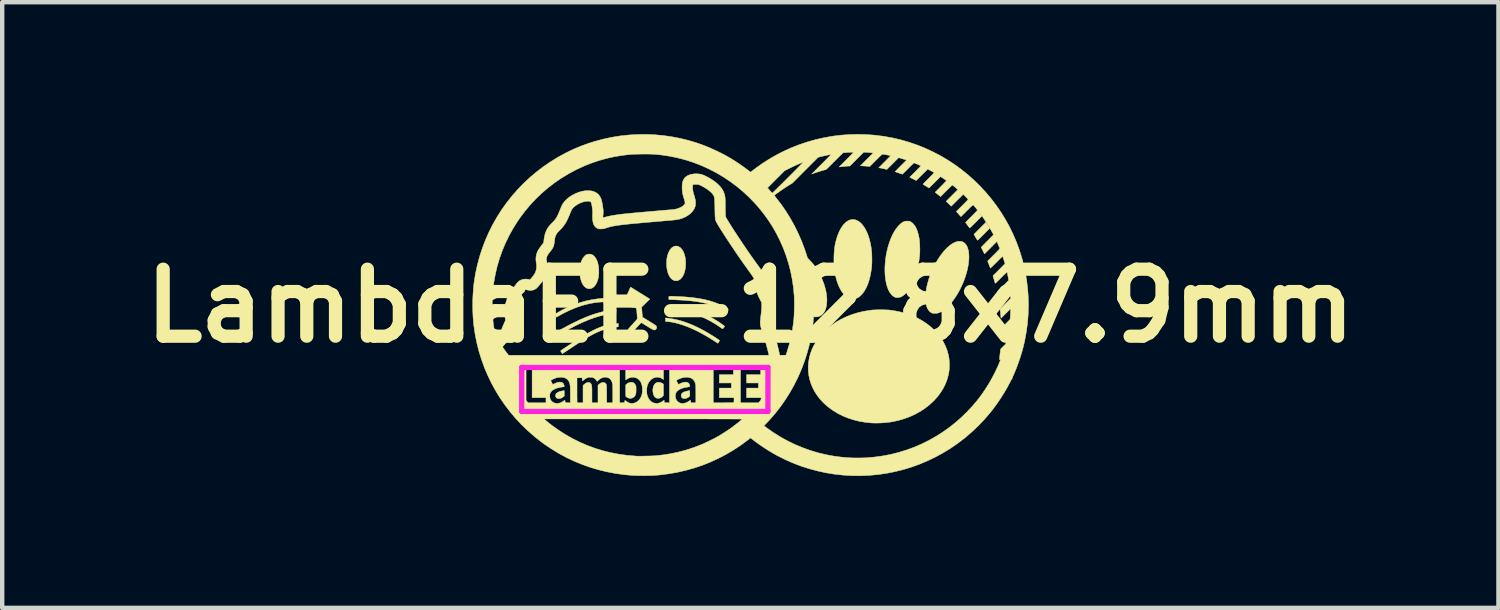
<source format=kicad_pcb>
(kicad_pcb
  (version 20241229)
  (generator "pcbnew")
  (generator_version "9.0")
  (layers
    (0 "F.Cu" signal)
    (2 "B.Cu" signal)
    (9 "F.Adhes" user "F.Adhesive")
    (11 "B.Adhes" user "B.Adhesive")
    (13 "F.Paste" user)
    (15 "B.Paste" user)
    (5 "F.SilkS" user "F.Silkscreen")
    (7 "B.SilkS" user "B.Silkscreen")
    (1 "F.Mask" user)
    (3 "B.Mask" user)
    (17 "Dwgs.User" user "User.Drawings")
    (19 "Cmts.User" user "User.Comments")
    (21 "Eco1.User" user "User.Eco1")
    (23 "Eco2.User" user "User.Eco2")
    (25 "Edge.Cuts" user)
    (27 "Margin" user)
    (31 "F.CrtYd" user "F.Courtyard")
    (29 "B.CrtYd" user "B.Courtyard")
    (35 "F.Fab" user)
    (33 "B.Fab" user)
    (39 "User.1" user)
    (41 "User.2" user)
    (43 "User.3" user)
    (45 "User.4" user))
  (footprint "LambdaEE-12.8x7.9mm"
    (layer "F.Cu")
    (at 14.014 3.906)
    (property "Reference" "LambdaEE-12.8x7.9mm" (at 0 0 0) (layer "F.SilkS") (effects (font (size 1.524 1.524) (thickness 0.3))))
    (attr exclude_from_pos_files exclude_from_bom)
    (fp_poly (pts (xy -2.055 1.741) (xy -2.021 1.752) (xy -1.997 1.766) (xy -1.976 1.779) (xy -1.976 2.04) (xy -1.998 2.061) (xy -2.027 2.084) (xy -2.059 2.098) (xy -2.092 2.103) (xy -2.124 2.1) (xy -2.142 2.094) (xy -2.167 2.077) (xy -2.187 2.052) (xy -2.202 2.02) (xy -2.205 2.012) (xy -2.215 1.963) (xy -2.218 1.915) (xy -2.213 1.869) (xy -2.202 1.827) (xy -2.184 1.79) (xy -2.171 1.773) (xy -2.148 1.754) (xy -2.12 1.742) (xy -2.088 1.737) (xy -2.055 1.741)) (stroke (width 0.01) (type solid)) (fill yes) (layer "F.SilkS"))
    (fp_poly (pts (xy -1.38 1.928) (xy -1.378 1.933) (xy -1.377 1.943) (xy -1.377 1.96) (xy -1.377 1.986) (xy -1.377 1.988) (xy -1.377 2.052) (xy -1.399 2.07) (xy -1.43 2.09) (xy -1.463 2.104) (xy -1.495 2.109) (xy -1.526 2.105) (xy -1.538 2.101) (xy -1.556 2.088) (xy -1.568 2.069) (xy -1.574 2.047) (xy -1.572 2.024) (xy -1.563 2.001) (xy -1.548 1.983) (xy -1.534 1.973) (xy -1.52 1.964) (xy -1.502 1.956) (xy -1.48 1.949) (xy -1.451 1.941) (xy -1.416 1.933) (xy -1.388 1.927) (xy -1.383 1.927) (xy -1.38 1.928)) (stroke (width 0.01) (type solid)) (fill yes) (layer "F.SilkS"))
    (fp_poly (pts (xy -4.235 1.928) (xy -4.233 1.933) (xy -4.232 1.943) (xy -4.232 1.961) (xy -4.232 1.986) (xy -4.232 1.988) (xy -4.232 2.051) (xy -4.259 2.072) (xy -4.277 2.084) (xy -4.295 2.095) (xy -4.308 2.1) (xy -4.328 2.105) (xy -4.351 2.108) (xy -4.374 2.107) (xy -4.391 2.104) (xy -4.392 2.103) (xy -4.402 2.097) (xy -4.414 2.086) (xy -4.417 2.082) (xy -4.425 2.072) (xy -4.429 2.062) (xy -4.429 2.048) (xy -4.429 2.035) (xy -4.427 2.017) (xy -4.423 2.006) (xy -4.415 1.995) (xy -4.404 1.984) (xy -4.376 1.965) (xy -4.34 1.949) (xy -4.295 1.937) (xy -4.285 1.936) (xy -4.267 1.932) (xy -4.251 1.929) (xy -4.243 1.928) (xy -4.238 1.927) (xy -4.235 1.928)) (stroke (width 0.01) (type solid)) (fill yes) (layer "F.SilkS"))
    (fp_poly (pts (xy -1.899 0.277) (xy -1.783 0.293) (xy -1.664 0.317) (xy -1.543 0.351) (xy -1.419 0.394) (xy -1.292 0.446) (xy -1.162 0.508) (xy -1.028 0.579) (xy -0.936 0.633) (xy -0.907 0.651) (xy -0.876 0.67) (xy -0.844 0.69) (xy -0.812 0.71) (xy -0.782 0.73) (xy -0.755 0.747) (xy -0.732 0.763) (xy -0.714 0.775) (xy -0.703 0.783) (xy -0.699 0.787) (xy -0.7 0.792) (xy -0.707 0.804) (xy -0.716 0.819) (xy -0.718 0.821) (xy -0.739 0.851) (xy -0.815 0.801) (xy -0.94 0.722) (xy -1.064 0.65) (xy -1.185 0.585) (xy -1.303 0.528) (xy -1.419 0.478) (xy -1.531 0.437) (xy -1.639 0.403) (xy -1.742 0.378) (xy -1.815 0.365) (xy -1.843 0.362) (xy -1.869 0.359) (xy -1.891 0.356) (xy -1.906 0.356) (xy -1.906 0.356) (xy -1.93 0.356) (xy -1.93 0.274) (xy -1.899 0.277)) (stroke (width 0.01) (type solid)) (fill yes) (layer "F.SilkS"))
    (fp_poly (pts (xy -1.663 -1.359) (xy -1.629 -1.347) (xy -1.596 -1.327) (xy -1.565 -1.297) (xy -1.538 -1.258) (xy -1.524 -1.232) (xy -1.502 -1.179) (xy -1.486 -1.122) (xy -1.476 -1.061) (xy -1.471 -0.998) (xy -1.471 -0.934) (xy -1.476 -0.872) (xy -1.486 -0.812) (xy -1.501 -0.756) (xy -1.521 -0.704) (xy -1.546 -0.66) (xy -1.569 -0.63) (xy -1.599 -0.602) (xy -1.632 -0.582) (xy -1.667 -0.572) (xy -1.703 -0.57) (xy -1.73 -0.576) (xy -1.765 -0.593) (xy -1.797 -0.618) (xy -1.826 -0.652) (xy -1.85 -0.694) (xy -1.871 -0.743) (xy -1.887 -0.797) (xy -1.898 -0.858) (xy -1.904 -0.922) (xy -1.905 -0.964) (xy -1.902 -1.036) (xy -1.894 -1.1) (xy -1.88 -1.159) (xy -1.86 -1.215) (xy -1.851 -1.233) (xy -1.826 -1.277) (xy -1.797 -1.312) (xy -1.765 -1.337) (xy -1.732 -1.354) (xy -1.697 -1.361) (xy -1.663 -1.359)) (stroke (width 0.01) (type solid)) (fill yes) (layer "F.SilkS"))
    (fp_poly (pts (xy -2.681 1.74) (xy -2.655 1.75) (xy -2.634 1.768) (xy -2.616 1.794) (xy -2.61 1.806) (xy -2.606 1.817) (xy -2.602 1.827) (xy -2.6 1.839) (xy -2.599 1.856) (xy -2.599 1.878) (xy -2.599 1.908) (xy -2.599 1.91) (xy -2.599 1.948) (xy -2.601 1.978) (xy -2.605 2.002) (xy -2.611 2.022) (xy -2.62 2.04) (xy -2.633 2.058) (xy -2.634 2.059) (xy -2.655 2.079) (xy -2.683 2.094) (xy -2.713 2.102) (xy -2.745 2.102) (xy -2.764 2.098) (xy -2.779 2.092) (xy -2.798 2.083) (xy -2.816 2.073) (xy -2.826 2.066) (xy -2.828 2.063) (xy -2.831 2.058) (xy -2.832 2.05) (xy -2.833 2.038) (xy -2.834 2.021) (xy -2.834 1.997) (xy -2.835 1.965) (xy -2.835 1.927) (xy -2.834 1.796) (xy -2.813 1.778) (xy -2.784 1.757) (xy -2.757 1.744) (xy -2.729 1.738) (xy -2.714 1.737) (xy -2.681 1.74)) (stroke (width 0.01) (type solid)) (fill yes) (layer "F.SilkS"))
    (fp_poly (pts (xy 5.381 -1.866) (xy 5.401 -1.834) (xy 5.418 -1.807) (xy 5.43 -1.786) (xy 5.438 -1.771) (xy 5.441 -1.765) (xy 5.437 -1.76) (xy 5.427 -1.749) (xy 5.412 -1.733) (xy 5.391 -1.712) (xy 5.367 -1.687) (xy 5.339 -1.659) (xy 5.309 -1.628) (xy 5.304 -1.624) (xy 5.269 -1.589) (xy 5.241 -1.56) (xy 5.218 -1.538) (xy 5.2 -1.521) (xy 5.187 -1.509) (xy 5.178 -1.501) (xy 5.171 -1.496) (xy 5.166 -1.494) (xy 5.163 -1.495) (xy 5.161 -1.497) (xy 5.16 -1.499) (xy 5.148 -1.518) (xy 5.135 -1.54) (xy 5.121 -1.562) (xy 5.109 -1.583) (xy 5.098 -1.602) (xy 5.09 -1.616) (xy 5.085 -1.624) (xy 5.085 -1.625) (xy 5.089 -1.629) (xy 5.098 -1.64) (xy 5.114 -1.656) (xy 5.134 -1.677) (xy 5.159 -1.702) (xy 5.187 -1.73) (xy 5.217 -1.76) (xy 5.222 -1.765) (xy 5.358 -1.901) (xy 5.381 -1.866)) (stroke (width 0.01) (type solid)) (fill yes) (layer "F.SilkS"))
    (fp_poly (pts (xy -3.625 -1.174) (xy -3.59 -1.16) (xy -3.559 -1.137) (xy -3.53 -1.105) (xy -3.505 -1.067) (xy -3.484 -1.02) (xy -3.467 -0.967) (xy -3.455 -0.909) (xy -3.447 -0.844) (xy -3.446 -0.813) (xy -3.446 -0.737) (xy -3.453 -0.667) (xy -3.466 -0.603) (xy -3.487 -0.543) (xy -3.497 -0.521) (xy -3.521 -0.478) (xy -3.549 -0.443) (xy -3.579 -0.416) (xy -3.612 -0.398) (xy -3.647 -0.389) (xy -3.682 -0.39) (xy -3.688 -0.391) (xy -3.719 -0.401) (xy -3.749 -0.419) (xy -3.775 -0.442) (xy -3.804 -0.478) (xy -3.828 -0.522) (xy -3.848 -0.572) (xy -3.863 -0.627) (xy -3.873 -0.686) (xy -3.879 -0.747) (xy -3.879 -0.809) (xy -3.875 -0.871) (xy -3.865 -0.931) (xy -3.851 -0.987) (xy -3.832 -1.04) (xy -3.807 -1.086) (xy -3.798 -1.099) (xy -3.77 -1.133) (xy -3.74 -1.157) (xy -3.707 -1.172) (xy -3.671 -1.178) (xy -3.662 -1.178) (xy -3.625 -1.174)) (stroke (width 0.01) (type solid)) (fill yes) (layer "F.SilkS"))
    (fp_poly (pts (xy -3.183 -0.171) (xy -3.174 -0.17) (xy -3.114 -0.167) (xy -3.114 -0.135) (xy -3.115 -0.118) (xy -3.116 -0.104) (xy -3.118 -0.099) (xy -3.124 -0.096) (xy -3.138 -0.095) (xy -3.162 -0.094) (xy -3.195 -0.093) (xy -3.237 -0.093) (xy -3.246 -0.093) (xy -3.359 -0.09) (xy -3.465 -0.082) (xy -3.569 -0.068) (xy -3.673 -0.048) (xy -3.78 -0.021) (xy -3.846 -0.002) (xy -3.926 0.025) (xy -4.01 0.058) (xy -4.097 0.095) (xy -4.184 0.135) (xy -4.267 0.177) (xy -4.344 0.22) (xy -4.345 0.22) (xy -4.409 0.258) (xy -4.429 0.225) (xy -4.45 0.191) (xy -4.41 0.168) (xy -4.282 0.095) (xy -4.15 0.031) (xy -4.016 -0.025) (xy -3.88 -0.072) (xy -3.744 -0.111) (xy -3.608 -0.14) (xy -3.473 -0.16) (xy -3.451 -0.162) (xy -3.408 -0.166) (xy -3.361 -0.169) (xy -3.312 -0.171) (xy -3.264 -0.172) (xy -3.22 -0.172) (xy -3.183 -0.171)) (stroke (width 0.01) (type solid)) (fill yes) (layer "F.SilkS"))
    (fp_poly (pts (xy -1.878 0.000052) (xy -1.862 0.001) (xy -1.838 0.002) (xy -1.808 0.005) (xy -1.774 0.008) (xy -1.739 0.011) (xy -1.705 0.015) (xy -1.676 0.018) (xy -1.53 0.041) (xy -1.386 0.073) (xy -1.245 0.114) (xy -1.108 0.164) (xy -0.975 0.222) (xy -0.847 0.288) (xy -0.725 0.362) (xy -0.673 0.398) (xy -0.65 0.414) (xy -0.629 0.429) (xy -0.612 0.442) (xy -0.6 0.451) (xy -0.6 0.451) (xy -0.583 0.466) (xy -0.604 0.493) (xy -0.616 0.507) (xy -0.624 0.517) (xy -0.629 0.522) (xy -0.629 0.522) (xy -0.634 0.519) (xy -0.646 0.512) (xy -0.663 0.501) (xy -0.684 0.486) (xy -0.696 0.478) (xy -0.767 0.429) (xy -0.846 0.381) (xy -0.928 0.335) (xy -1.012 0.292) (xy -1.093 0.254) (xy -1.128 0.24) (xy -1.242 0.198) (xy -1.362 0.161) (xy -1.486 0.13) (xy -1.61 0.106) (xy -1.733 0.09) (xy -1.796 0.084) (xy -1.82 0.082) (xy -1.845 0.08) (xy -1.865 0.078) (xy -1.866 0.078) (xy -1.895 0.075) (xy -1.895 0) (xy -1.878 0.000052)) (stroke (width 0.01) (type solid)) (fill yes) (layer "F.SilkS"))
    (fp_poly (pts (xy -1.777 -0.218) (xy -1.742 -0.217) (xy -1.702 -0.215) (xy -1.659 -0.213) (xy -1.614 -0.211) (xy -1.568 -0.209) (xy -1.522 -0.206) (xy -1.478 -0.203) (xy -1.448 -0.201) (xy -1.306 -0.187) (xy -1.173 -0.168) (xy -1.048 -0.145) (xy -0.931 -0.116) (xy -0.823 -0.082) (xy -0.723 -0.044) (xy -0.63 0.000325) (xy -0.545 0.049) (xy -0.539 0.053) (xy -0.502 0.077) (xy -0.511 0.09) (xy -0.527 0.115) (xy -0.538 0.132) (xy -0.544 0.141) (xy -0.546 0.142) (xy -0.55 0.139) (xy -0.561 0.133) (xy -0.576 0.123) (xy -0.587 0.116) (xy -0.661 0.074) (xy -0.743 0.034) (xy -0.83 -0.001) (xy -0.921 -0.032) (xy -0.941 -0.037) (xy -1.01 -0.056) (xy -1.083 -0.072) (xy -1.159 -0.087) (xy -1.24 -0.1) (xy -1.325 -0.111) (xy -1.418 -0.12) (xy -1.517 -0.128) (xy -1.625 -0.134) (xy -1.742 -0.14) (xy -1.759 -0.14) (xy -1.854 -0.144) (xy -1.854 -0.177) (xy -1.854 -0.195) (xy -1.852 -0.209) (xy -1.85 -0.216) (xy -1.844 -0.217) (xy -1.829 -0.218) (xy -1.806 -0.218) (xy -1.777 -0.218)) (stroke (width 0.01) (type solid)) (fill yes) (layer "F.SilkS"))
    (fp_poly (pts (xy -3.055 0.133) (xy -3.057 0.151) (xy -3.058 0.164) (xy -3.059 0.17) (xy -3.06 0.171) (xy -3.065 0.171) (xy -3.078 0.173) (xy -3.098 0.174) (xy -3.123 0.176) (xy -3.132 0.177) (xy -3.232 0.189) (xy -3.338 0.209) (xy -3.449 0.238) (xy -3.565 0.275) (xy -3.687 0.32) (xy -3.815 0.374) (xy -3.948 0.436) (xy -4.087 0.507) (xy -4.232 0.585) (xy -4.381 0.672) (xy -4.406 0.687) (xy -4.428 0.7) (xy -4.446 0.71) (xy -4.457 0.717) (xy -4.461 0.719) (xy -4.464 0.716) (xy -4.472 0.706) (xy -4.481 0.691) (xy -4.483 0.688) (xy -4.492 0.671) (xy -4.497 0.658) (xy -4.498 0.651) (xy -4.498 0.651) (xy -4.492 0.647) (xy -4.479 0.639) (xy -4.46 0.627) (xy -4.437 0.613) (xy -4.412 0.598) (xy -4.273 0.518) (xy -4.138 0.445) (xy -4.007 0.378) (xy -3.881 0.318) (xy -3.759 0.265) (xy -3.642 0.219) (xy -3.531 0.181) (xy -3.426 0.15) (xy -3.327 0.126) (xy -3.278 0.117) (xy -3.234 0.11) (xy -3.189 0.104) (xy -3.146 0.1) (xy -3.109 0.097) (xy -3.082 0.097) (xy -3.052 0.097) (xy -3.055 0.133)) (stroke (width 0.01) (type solid)) (fill yes) (layer "F.SilkS"))
    (fp_poly (pts (xy -3.002 0.439) (xy -3.002 0.458) (xy -3.003 0.47) (xy -3.006 0.476) (xy -3.01 0.478) (xy -3.014 0.478) (xy -3.072 0.481) (xy -3.136 0.49) (xy -3.204 0.503) (xy -3.271 0.521) (xy -3.312 0.533) (xy -3.36 0.55) (xy -3.407 0.567) (xy -3.454 0.587) (xy -3.501 0.608) (xy -3.551 0.632) (xy -3.602 0.659) (xy -3.656 0.689) (xy -3.715 0.724) (xy -3.778 0.762) (xy -3.846 0.805) (xy -3.92 0.853) (xy -4.002 0.907) (xy -4.036 0.929) (xy -4.077 0.957) (xy -4.116 0.983) (xy -4.153 1.007) (xy -4.185 1.028) (xy -4.213 1.047) (xy -4.235 1.061) (xy -4.25 1.071) (xy -4.258 1.076) (xy -4.277 1.088) (xy -4.297 1.056) (xy -4.308 1.039) (xy -4.313 1.029) (xy -4.314 1.023) (xy -4.311 1.019) (xy -4.309 1.017) (xy -4.299 1.01) (xy -4.281 0.998) (xy -4.257 0.981) (xy -4.227 0.962) (xy -4.193 0.939) (xy -4.155 0.914) (xy -4.115 0.887) (xy -4.072 0.859) (xy -4.03 0.831) (xy -3.987 0.803) (xy -3.946 0.776) (xy -3.907 0.751) (xy -3.872 0.728) (xy -3.841 0.708) (xy -3.815 0.691) (xy -3.795 0.679) (xy -3.785 0.672) (xy -3.683 0.614) (xy -3.586 0.563) (xy -3.495 0.519) (xy -3.407 0.483) (xy -3.323 0.454) (xy -3.241 0.431) (xy -3.162 0.415) (xy -3.083 0.405) (xy -3.058 0.403) (xy -3.002 0.4) (xy -3.002 0.439)) (stroke (width 0.01) (type solid)) (fill yes) (layer "F.SilkS"))
    (fp_poly (pts (xy 4.774 -1.467) (xy 4.799 -1.465) (xy 4.818 -1.46) (xy 4.836 -1.453) (xy 4.841 -1.45) (xy 4.875 -1.426) (xy 4.904 -1.393) (xy 4.928 -1.353) (xy 4.946 -1.306) (xy 4.96 -1.252) (xy 4.968 -1.192) (xy 4.972 -1.127) (xy 4.97 -1.056) (xy 4.963 -0.981) (xy 4.951 -0.903) (xy 4.934 -0.821) (xy 4.912 -0.736) (xy 4.884 -0.649) (xy 4.852 -0.56) (xy 4.843 -0.538) (xy 4.804 -0.45) (xy 4.762 -0.364) (xy 4.716 -0.282) (xy 4.668 -0.205) (xy 4.618 -0.133) (xy 4.566 -0.067) (xy 4.513 -0.008) (xy 4.459 0.045) (xy 4.406 0.089) (xy 4.353 0.125) (xy 4.301 0.151) (xy 4.294 0.154) (xy 4.271 0.162) (xy 4.25 0.167) (xy 4.228 0.17) (xy 4.206 0.171) (xy 4.184 0.171) (xy 4.164 0.171) (xy 4.149 0.169) (xy 4.145 0.168) (xy 4.108 0.151) (xy 4.075 0.125) (xy 4.047 0.09) (xy 4.023 0.049) (xy 4.005 0.000223) (xy 4.001 -0.015) (xy 3.989 -0.083) (xy 3.984 -0.156) (xy 3.985 -0.236) (xy 3.993 -0.321) (xy 4.007 -0.41) (xy 4.028 -0.502) (xy 4.055 -0.597) (xy 4.087 -0.694) (xy 4.106 -0.742) (xy 4.144 -0.832) (xy 4.186 -0.918) (xy 4.232 -1.001) (xy 4.28 -1.08) (xy 4.33 -1.153) (xy 4.383 -1.221) (xy 4.436 -1.282) (xy 4.49 -1.335) (xy 4.544 -1.381) (xy 4.597 -1.417) (xy 4.635 -1.437) (xy 4.674 -1.454) (xy 4.709 -1.464) (xy 4.745 -1.468) (xy 4.774 -1.467)) (stroke (width 0.01) (type solid)) (fill yes) (layer "F.SilkS"))
    (fp_poly (pts (xy 2.355 -1.964) (xy 2.399 -1.954) (xy 2.442 -1.935) (xy 2.485 -1.906) (xy 2.517 -1.878) (xy 2.563 -1.825) (xy 2.605 -1.764) (xy 2.642 -1.694) (xy 2.675 -1.616) (xy 2.703 -1.531) (xy 2.727 -1.437) (xy 2.746 -1.337) (xy 2.756 -1.257) (xy 2.76 -1.22) (xy 2.762 -1.175) (xy 2.764 -1.125) (xy 2.765 -1.073) (xy 2.765 -1.021) (xy 2.764 -0.972) (xy 2.762 -0.927) (xy 2.759 -0.89) (xy 2.759 -0.886) (xy 2.744 -0.776) (xy 2.724 -0.672) (xy 2.699 -0.576) (xy 2.669 -0.489) (xy 2.634 -0.409) (xy 2.594 -0.339) (xy 2.59 -0.332) (xy 2.55 -0.278) (xy 2.509 -0.234) (xy 2.466 -0.199) (xy 2.422 -0.175) (xy 2.377 -0.16) (xy 2.33 -0.155) (xy 2.298 -0.158) (xy 2.254 -0.169) (xy 2.212 -0.19) (xy 2.17 -0.22) (xy 2.131 -0.259) (xy 2.093 -0.305) (xy 2.058 -0.359) (xy 2.025 -0.42) (xy 1.996 -0.488) (xy 1.97 -0.561) (xy 1.948 -0.64) (xy 1.929 -0.724) (xy 1.923 -0.758) (xy 1.915 -0.808) (xy 1.909 -0.854) (xy 1.905 -0.898) (xy 1.902 -0.943) (xy 1.901 -0.99) (xy 1.901 -1.043) (xy 1.901 -1.103) (xy 1.901 -1.104) (xy 1.904 -1.188) (xy 1.91 -1.264) (xy 1.918 -1.334) (xy 1.929 -1.401) (xy 1.944 -1.467) (xy 1.963 -1.534) (xy 1.976 -1.575) (xy 2.004 -1.65) (xy 2.035 -1.718) (xy 2.069 -1.779) (xy 2.105 -1.831) (xy 2.143 -1.874) (xy 2.184 -1.91) (xy 2.225 -1.937) (xy 2.268 -1.955) (xy 2.311 -1.964) (xy 2.355 -1.964)) (stroke (width 0.01) (type solid)) (fill yes) (layer "F.SilkS"))
    (fp_poly (pts (xy 3.568 -1.928) (xy 3.594 -1.927) (xy 3.612 -1.926) (xy 3.625 -1.923) (xy 3.637 -1.918) (xy 3.64 -1.917) (xy 3.68 -1.89) (xy 3.716 -1.854) (xy 3.748 -1.81) (xy 3.777 -1.756) (xy 3.801 -1.694) (xy 3.821 -1.623) (xy 3.838 -1.542) (xy 3.844 -1.506) (xy 3.847 -1.476) (xy 3.85 -1.437) (xy 3.852 -1.393) (xy 3.854 -1.346) (xy 3.855 -1.297) (xy 3.855 -1.25) (xy 3.854 -1.207) (xy 3.852 -1.169) (xy 3.851 -1.161) (xy 3.84 -1.06) (xy 3.825 -0.962) (xy 3.806 -0.867) (xy 3.784 -0.775) (xy 3.757 -0.688) (xy 3.727 -0.605) (xy 3.695 -0.529) (xy 3.66 -0.458) (xy 3.622 -0.394) (xy 3.582 -0.337) (xy 3.54 -0.289) (xy 3.497 -0.249) (xy 3.452 -0.218) (xy 3.431 -0.207) (xy 3.409 -0.198) (xy 3.39 -0.193) (xy 3.368 -0.19) (xy 3.356 -0.19) (xy 3.334 -0.19) (xy 3.316 -0.19) (xy 3.303 -0.192) (xy 3.302 -0.192) (xy 3.263 -0.211) (xy 3.226 -0.238) (xy 3.194 -0.274) (xy 3.164 -0.317) (xy 3.138 -0.368) (xy 3.116 -0.425) (xy 3.097 -0.488) (xy 3.082 -0.557) (xy 3.071 -0.63) (xy 3.063 -0.708) (xy 3.06 -0.789) (xy 3.06 -0.873) (xy 3.065 -0.96) (xy 3.073 -1.048) (xy 3.086 -1.137) (xy 3.103 -1.227) (xy 3.124 -1.317) (xy 3.15 -1.406) (xy 3.16 -1.438) (xy 3.195 -1.532) (xy 3.233 -1.617) (xy 3.274 -1.693) (xy 3.319 -1.76) (xy 3.368 -1.819) (xy 3.385 -1.837) (xy 3.409 -1.86) (xy 3.428 -1.877) (xy 3.446 -1.89) (xy 3.463 -1.901) (xy 3.477 -1.908) (xy 3.496 -1.917) (xy 3.511 -1.923) (xy 3.525 -1.926) (xy 3.541 -1.928) (xy 3.563 -1.928) (xy 3.568 -1.928)) (stroke (width 0.01) (type solid)) (fill yes) (layer "F.SilkS"))
    (fp_poly (pts (xy 3.007 0.089) (xy 3.053 0.09) (xy 3.096 0.091) (xy 3.132 0.093) (xy 3.161 0.095) (xy 3.167 0.095) (xy 3.304 0.116) (xy 3.436 0.144) (xy 3.562 0.18) (xy 3.683 0.224) (xy 3.797 0.275) (xy 3.905 0.335) (xy 3.935 0.354) (xy 4.033 0.421) (xy 4.123 0.494) (xy 4.204 0.572) (xy 4.277 0.653) (xy 4.341 0.74) (xy 4.396 0.83) (xy 4.441 0.924) (xy 4.478 1.021) (xy 4.505 1.122) (xy 4.519 1.2) (xy 4.522 1.231) (xy 4.524 1.268) (xy 4.526 1.311) (xy 4.526 1.355) (xy 4.525 1.397) (xy 4.524 1.436) (xy 4.521 1.467) (xy 4.521 1.468) (xy 4.503 1.571) (xy 4.475 1.672) (xy 4.438 1.771) (xy 4.391 1.867) (xy 4.335 1.959) (xy 4.27 2.049) (xy 4.195 2.134) (xy 4.161 2.169) (xy 4.069 2.253) (xy 3.97 2.331) (xy 3.864 2.4) (xy 3.752 2.462) (xy 3.634 2.517) (xy 3.51 2.563) (xy 3.382 2.601) (xy 3.248 2.631) (xy 3.235 2.634) (xy 3.166 2.645) (xy 3.091 2.653) (xy 3.013 2.66) (xy 2.934 2.664) (xy 2.857 2.665) (xy 2.786 2.664) (xy 2.746 2.662) (xy 2.608 2.647) (xy 2.475 2.624) (xy 2.347 2.592) (xy 2.223 2.552) (xy 2.105 2.504) (xy 1.992 2.448) (xy 1.885 2.383) (xy 1.785 2.311) (xy 1.742 2.277) (xy 1.66 2.202) (xy 1.586 2.122) (xy 1.521 2.038) (xy 1.464 1.951) (xy 1.417 1.86) (xy 1.378 1.766) (xy 1.348 1.67) (xy 1.328 1.572) (xy 1.317 1.473) (xy 1.316 1.372) (xy 1.325 1.272) (xy 1.343 1.171) (xy 1.37 1.074) (xy 1.407 0.976) (xy 1.455 0.88) (xy 1.511 0.788) (xy 1.577 0.699) (xy 1.651 0.614) (xy 1.734 0.533) (xy 1.825 0.457) (xy 1.853 0.436) (xy 1.956 0.365) (xy 2.066 0.302) (xy 2.182 0.247) (xy 2.304 0.199) (xy 2.431 0.159) (xy 2.562 0.127) (xy 2.697 0.104) (xy 2.761 0.096) (xy 2.789 0.093) (xy 2.824 0.092) (xy 2.866 0.09) (xy 2.911 0.089) (xy 2.959 0.089) (xy 3.007 0.089)) (stroke (width 0.01) (type solid)) (fill yes) (layer "F.SilkS"))
    (fp_poly (pts (xy -2.718 -0.423) (xy -2.705 -0.415) (xy -2.685 -0.403) (xy -2.659 -0.387) (xy -2.628 -0.368) (xy -2.593 -0.346) (xy -2.554 -0.322) (xy -2.512 -0.295) (xy -2.502 -0.29) (xy -2.286 -0.155) (xy -2.379 -0.064) (xy -2.473 0.028) (xy -2.463 0.142) (xy -2.461 0.174) (xy -2.458 0.204) (xy -2.456 0.228) (xy -2.454 0.245) (xy -2.453 0.255) (xy -2.452 0.256) (xy -2.448 0.259) (xy -2.436 0.267) (xy -2.417 0.278) (xy -2.393 0.294) (xy -2.363 0.312) (xy -2.331 0.332) (xy -2.301 0.35) (xy -2.266 0.372) (xy -2.233 0.393) (xy -2.203 0.412) (xy -2.178 0.428) (xy -2.159 0.441) (xy -2.147 0.449) (xy -2.143 0.453) (xy -2.133 0.471) (xy -2.131 0.493) (xy -2.136 0.514) (xy -2.147 0.532) (xy -2.159 0.541) (xy -2.169 0.546) (xy -2.178 0.548) (xy -2.187 0.548) (xy -2.198 0.546) (xy -2.212 0.541) (xy -2.23 0.532) (xy -2.253 0.519) (xy -2.282 0.502) (xy -2.317 0.48) (xy -2.339 0.467) (xy -2.373 0.446) (xy -2.403 0.427) (xy -2.43 0.411) (xy -2.452 0.398) (xy -2.468 0.388) (xy -2.478 0.384) (xy -2.479 0.383) (xy -2.485 0.386) (xy -2.496 0.397) (xy -2.513 0.414) (xy -2.535 0.437) (xy -2.561 0.465) (xy -2.588 0.495) (xy -2.614 0.524) (xy -2.639 0.551) (xy -2.66 0.574) (xy -2.678 0.593) (xy -2.692 0.606) (xy -2.7 0.614) (xy -2.701 0.614) (xy -2.724 0.619) (xy -2.747 0.615) (xy -2.757 0.61) (xy -2.773 0.597) (xy -2.782 0.58) (xy -2.784 0.56) (xy -2.784 0.553) (xy -2.783 0.547) (xy -2.781 0.541) (xy -2.777 0.533) (xy -2.77 0.524) (xy -2.76 0.511) (xy -2.746 0.495) (xy -2.728 0.473) (xy -2.703 0.446) (xy -2.673 0.413) (xy -2.672 0.411) (xy -2.648 0.384) (xy -2.626 0.36) (xy -2.606 0.338) (xy -2.591 0.321) (xy -2.581 0.309) (xy -2.576 0.304) (xy -2.574 0.299) (xy -2.573 0.292) (xy -2.572 0.281) (xy -2.573 0.264) (xy -2.574 0.241) (xy -2.576 0.209) (xy -2.578 0.177) (xy -2.581 0.142) (xy -2.584 0.111) (xy -2.587 0.085) (xy -2.59 0.066) (xy -2.592 0.055) (xy -2.593 0.053) (xy -2.599 0.05) (xy -2.614 0.046) (xy -2.636 0.04) (xy -2.665 0.034) (xy -2.698 0.026) (xy -2.734 0.018) (xy -2.746 0.015) (xy -2.783 0.007) (xy -2.817 -0.001) (xy -2.847 -0.007) (xy -2.871 -0.013) (xy -2.888 -0.017) (xy -2.896 -0.02) (xy -2.897 -0.02) (xy -2.896 -0.026) (xy -2.891 -0.039) (xy -2.884 -0.059) (xy -2.873 -0.085) (xy -2.86 -0.116) (xy -2.846 -0.15) (xy -2.831 -0.186) (xy -2.815 -0.224) (xy -2.798 -0.261) (xy -2.782 -0.297) (xy -2.767 -0.331) (xy -2.754 -0.362) (xy -2.742 -0.388) (xy -2.732 -0.408) (xy -2.726 -0.421) (xy -2.723 -0.426) (xy -2.722 -0.426) (xy -2.718 -0.423)) (stroke (width 0.01) (type solid)) (fill yes) (layer "F.SilkS"))
    (fp_poly (pts (xy 2.644 -3.896) (xy 2.84 -3.881) (xy 3.036 -3.856) (xy 3.232 -3.82) (xy 3.236 -3.82) (xy 3.426 -3.775) (xy 3.612 -3.721) (xy 3.795 -3.658) (xy 3.973 -3.587) (xy 4.147 -3.506) (xy 4.317 -3.418) (xy 4.482 -3.321) (xy 4.641 -3.217) (xy 4.795 -3.105) (xy 4.944 -2.985) (xy 5.086 -2.859) (xy 5.222 -2.726) (xy 5.351 -2.587) (xy 5.474 -2.441) (xy 5.589 -2.29) (xy 5.698 -2.132) (xy 5.798 -1.97) (xy 5.891 -1.802) (xy 5.975 -1.629) (xy 6.051 -1.452) (xy 6.118 -1.27) (xy 6.176 -1.085) (xy 6.2 -0.996) (xy 6.245 -0.801) (xy 6.28 -0.605) (xy 6.305 -0.408) (xy 6.32 -0.211) (xy 6.325 -0.013) (xy 6.319 0.185) (xy 6.304 0.383) (xy 6.278 0.581) (xy 6.242 0.778) (xy 6.236 0.81) (xy 6.207 0.931) (xy 6.173 1.057) (xy 6.133 1.184) (xy 6.09 1.31) (xy 6.044 1.432) (xy 5.996 1.546) (xy 5.989 1.562) (xy 5.978 1.587) (xy 5.968 1.61) (xy 5.96 1.63) (xy 5.956 1.642) (xy 5.956 1.644) (xy 5.952 1.657) (xy 5.947 1.665) (xy 5.946 1.665) (xy 5.941 1.671) (xy 5.933 1.684) (xy 5.924 1.701) (xy 5.918 1.712) (xy 5.849 1.843) (xy 5.772 1.975) (xy 5.689 2.107) (xy 5.602 2.234) (xy 5.512 2.356) (xy 5.448 2.436) (xy 5.325 2.579) (xy 5.194 2.717) (xy 5.056 2.849) (xy 4.913 2.974) (xy 4.859 3.018) (xy 4.703 3.136) (xy 4.541 3.247) (xy 4.374 3.348) (xy 4.203 3.441) (xy 4.027 3.525) (xy 3.848 3.6) (xy 3.665 3.666) (xy 3.478 3.723) (xy 3.289 3.77) (xy 3.098 3.808) (xy 2.904 3.836) (xy 2.709 3.854) (xy 2.512 3.863) (xy 2.314 3.861) (xy 2.294 3.861) (xy 2.098 3.848) (xy 1.903 3.826) (xy 1.71 3.794) (xy 1.519 3.752) (xy 1.33 3.701) (xy 1.144 3.641) (xy 0.962 3.571) (xy 0.784 3.492) (xy 0.61 3.404) (xy 0.518 3.353) (xy 0.411 3.289) (xy 0.305 3.221) (xy 0.201 3.15) (xy 0.102 3.078) (xy 0.039 3.029) (xy 0.005 3.002) (xy -0.06 3.052) (xy -0.219 3.17) (xy -0.384 3.278) (xy -0.553 3.378) (xy -0.727 3.469) (xy -0.904 3.55) (xy -1.086 3.623) (xy -1.272 3.686) (xy -1.461 3.739) (xy -1.654 3.784) (xy -1.85 3.818) (xy -2.048 3.844) (xy -2.192 3.856) (xy -2.226 3.857) (xy -2.268 3.859) (xy -2.316 3.86) (xy -2.369 3.86) (xy -2.423 3.861) (xy -2.479 3.86) (xy -2.532 3.86) (xy -2.583 3.859) (xy -2.627 3.858) (xy -2.665 3.856) (xy -2.675 3.856) (xy -2.875 3.838) (xy -3.073 3.81) (xy -3.267 3.773) (xy -3.459 3.726) (xy -3.647 3.67) (xy -3.832 3.604) (xy -4.013 3.529) (xy -4.19 3.445) (xy -4.363 3.351) (xy -4.531 3.248) (xy -4.696 3.137) (xy -4.763 3.087) (xy -4.918 2.964) (xy -5.066 2.834) (xy -5.207 2.698) (xy -5.326 2.571) (xy -4.691 2.571) (xy -4.671 2.589) (xy -4.624 2.629) (xy -4.571 2.673) (xy -4.511 2.719) (xy -4.447 2.765) (xy -4.381 2.812) (xy -4.314 2.857) (xy -4.248 2.899) (xy -4.199 2.93) (xy -4.036 3.022) (xy -3.87 3.104) (xy -3.701 3.177) (xy -3.528 3.24) (xy -3.352 3.294) (xy -3.173 3.338) (xy -2.989 3.373) (xy -2.802 3.399) (xy -2.611 3.415) (xy -2.601 3.416) (xy -2.577 3.417) (xy -2.545 3.417) (xy -2.506 3.417) (xy -2.462 3.417) (xy -2.414 3.416) (xy -2.365 3.415) (xy -2.316 3.414) (xy -2.269 3.413) (xy -2.226 3.411) (xy -2.188 3.41) (xy -2.156 3.408) (xy -2.139 3.406) (xy -1.96 3.386) (xy -1.786 3.357) (xy -1.617 3.32) (xy -1.451 3.275) (xy -1.286 3.221) (xy -1.122 3.158) (xy -1.119 3.157) (xy -1.081 3.141) (xy -1.036 3.12) (xy -0.987 3.097) (xy -0.935 3.072) (xy -0.882 3.046) (xy -0.831 3.02) (xy -0.783 2.995) (xy -0.741 2.972) (xy -0.724 2.962) (xy -0.676 2.933) (xy -0.623 2.9) (xy -0.567 2.864) (xy -0.51 2.827) (xy -0.456 2.79) (xy -0.406 2.754) (xy -0.37 2.727) (xy 0.309 2.727) (xy 0.367 2.77) (xy 0.52 2.878) (xy 0.679 2.978) (xy 0.842 3.068) (xy 1.01 3.15) (xy 1.181 3.222) (xy 1.356 3.285) (xy 1.534 3.339) (xy 1.704 3.38) (xy 1.804 3.4) (xy 1.903 3.417) (xy 2.003 3.431) (xy 2.108 3.443) (xy 2.219 3.452) (xy 2.283 3.456) (xy 2.309 3.457) (xy 2.343 3.458) (xy 2.383 3.458) (xy 2.427 3.458) (xy 2.473 3.458) (xy 2.518 3.458) (xy 2.56 3.457) (xy 2.598 3.456) (xy 2.629 3.455) (xy 2.634 3.454) (xy 2.824 3.438) (xy 3.012 3.412) (xy 3.196 3.377) (xy 3.377 3.331) (xy 3.555 3.276) (xy 3.73 3.212) (xy 3.901 3.138) (xy 4.069 3.054) (xy 4.233 2.961) (xy 4.376 2.87) (xy 4.519 2.769) (xy 4.657 2.66) (xy 4.792 2.542) (xy 4.92 2.418) (xy 5.043 2.287) (xy 5.158 2.152) (xy 5.233 2.055) (xy 5.324 1.926) (xy 5.411 1.79) (xy 5.493 1.648) (xy 5.568 1.504) (xy 5.635 1.36) (xy 5.67 1.276) (xy 5.679 1.253) (xy 5.687 1.233) (xy 5.692 1.218) (xy 5.695 1.211) (xy 5.695 1.211) (xy 5.692 1.211) (xy 5.684 1.217) (xy 5.683 1.219) (xy 5.671 1.23) (xy 5.668 1.216) (xy 5.668 1.207) (xy 5.669 1.19) (xy 5.671 1.166) (xy 5.673 1.137) (xy 5.677 1.104) (xy 5.678 1.093) (xy 5.691 0.983) (xy 5.749 0.924) (xy 5.808 0.865) (xy 5.82 0.815) (xy 5.825 0.791) (xy 5.832 0.763) (xy 5.838 0.733) (xy 5.845 0.701) (xy 5.852 0.67) (xy 5.857 0.641) (xy 5.862 0.616) (xy 5.866 0.598) (xy 5.867 0.587) (xy 5.867 0.585) (xy 5.864 0.586) (xy 5.854 0.593) (xy 5.839 0.607) (xy 5.82 0.625) (xy 5.796 0.648) (xy 5.787 0.657) (xy 5.707 0.737) (xy 5.709 0.621) (xy 5.71 0.505) (xy 5.809 0.406) (xy 5.907 0.307) (xy 5.91 0.263) (xy 5.911 0.241) (xy 5.913 0.212) (xy 5.915 0.18) (xy 5.916 0.148) (xy 5.916 0.141) (xy 5.919 0.064) (xy 5.81 0.172) (xy 5.701 0.281) (xy 5.698 0.253) (xy 5.696 0.238) (xy 5.694 0.216) (xy 5.691 0.189) (xy 5.688 0.159) (xy 5.687 0.15) (xy 5.679 0.074) (xy 5.919 -0.166) (xy 5.913 -0.252) (xy 5.911 -0.282) (xy 5.908 -0.31) (xy 5.906 -0.333) (xy 5.905 -0.35) (xy 5.904 -0.357) (xy 5.9 -0.376) (xy 5.776 -0.251) (xy 5.652 -0.127) (xy 5.633 -0.222) (xy 5.614 -0.318) (xy 5.874 -0.578) (xy 5.87 -0.605) (xy 5.868 -0.62) (xy 5.864 -0.642) (xy 5.86 -0.666) (xy 5.855 -0.693) (xy 5.85 -0.718) (xy 5.845 -0.74) (xy 5.842 -0.757) (xy 5.839 -0.767) (xy 5.839 -0.767) (xy 5.835 -0.766) (xy 5.824 -0.757) (xy 5.806 -0.741) (xy 5.781 -0.718) (xy 5.749 -0.687) (xy 5.711 -0.649) (xy 5.702 -0.64) (xy 5.668 -0.606) (xy 5.64 -0.578) (xy 5.618 -0.556) (xy 5.6 -0.539) (xy 5.588 -0.528) (xy 5.578 -0.52) (xy 5.572 -0.516) (xy 5.569 -0.515) (xy 5.566 -0.516) (xy 5.565 -0.519) (xy 5.565 -0.521) (xy 5.562 -0.531) (xy 5.557 -0.549) (xy 5.55 -0.572) (xy 5.543 -0.598) (xy 5.539 -0.61) (xy 5.517 -0.683) (xy 5.655 -0.821) (xy 5.792 -0.959) (xy 5.767 -1.041) (xy 5.758 -1.068) (xy 5.75 -1.092) (xy 5.744 -1.111) (xy 5.74 -1.123) (xy 5.738 -1.127) (xy 5.734 -1.124) (xy 5.723 -1.115) (xy 5.707 -1.1) (xy 5.686 -1.08) (xy 5.662 -1.056) (xy 5.634 -1.029) (xy 5.603 -0.998) (xy 5.598 -0.993) (xy 5.568 -0.963) (xy 5.539 -0.935) (xy 5.514 -0.91) (xy 5.493 -0.889) (xy 5.476 -0.873) (xy 5.465 -0.863) (xy 5.46 -0.859) (xy 5.46 -0.859) (xy 5.457 -0.864) (xy 5.452 -0.877) (xy 5.444 -0.896) (xy 5.434 -0.92) (xy 5.427 -0.94) (xy 5.396 -1.019) (xy 5.536 -1.159) (xy 5.573 -1.196) (xy 5.603 -1.226) (xy 5.626 -1.251) (xy 5.645 -1.27) (xy 5.658 -1.285) (xy 5.666 -1.296) (xy 5.671 -1.303) (xy 5.672 -1.308) (xy 5.672 -1.309) (xy 5.669 -1.317) (xy 5.663 -1.332) (xy 5.654 -1.353) (xy 5.644 -1.377) (xy 5.638 -1.391) (xy 5.607 -1.464) (xy 5.466 -1.323) (xy 5.325 -1.182) (xy 5.287 -1.258) (xy 5.25 -1.333) (xy 5.391 -1.476) (xy 5.532 -1.618) (xy 5.495 -1.684) (xy 5.449 -1.765) (xy 5.403 -1.84) (xy 5.356 -1.915) (xy 5.337 -1.943) (xy 5.317 -1.973) (xy 5.297 -2.003) (xy 5.277 -2.031) (xy 5.259 -2.057) (xy 5.243 -2.078) (xy 5.23 -2.095) (xy 5.222 -2.105) (xy 5.219 -2.108) (xy 5.22 -2.104) (xy 5.227 -2.094) (xy 5.236 -2.08) (xy 5.24 -2.075) (xy 5.264 -2.041) (xy 5.126 -1.903) (xy 5.09 -1.868) (xy 5.061 -1.839) (xy 5.038 -1.816) (xy 5.019 -1.798) (xy 5.006 -1.786) (xy 4.996 -1.778) (xy 4.989 -1.774) (xy 4.985 -1.773) (xy 4.983 -1.774) (xy 4.978 -1.781) (xy 4.969 -1.794) (xy 4.956 -1.813) (xy 4.94 -1.833) (xy 4.935 -1.84) (xy 4.893 -1.897) (xy 5.029 -2.035) (xy 5.06 -2.065) (xy 5.088 -2.094) (xy 5.113 -2.12) (xy 5.134 -2.141) (xy 5.151 -2.159) (xy 5.162 -2.17) (xy 5.166 -2.176) (xy 5.166 -2.176) (xy 5.163 -2.181) (xy 5.155 -2.192) (xy 5.143 -2.208) (xy 5.128 -2.226) (xy 5.113 -2.245) (xy 5.098 -2.263) (xy 5.084 -2.279) (xy 5.074 -2.29) (xy 5.069 -2.295) (xy 5.065 -2.295) (xy 5.059 -2.292) (xy 5.05 -2.285) (xy 5.037 -2.273) (xy 5.019 -2.257) (xy 4.996 -2.235) (xy 4.968 -2.206) (xy 4.932 -2.171) (xy 4.925 -2.165) (xy 4.789 -2.028) (xy 4.737 -2.087) (xy 4.685 -2.146) (xy 4.819 -2.281) (xy 4.849 -2.311) (xy 4.877 -2.34) (xy 4.902 -2.365) (xy 4.922 -2.387) (xy 4.938 -2.404) (xy 4.949 -2.415) (xy 4.953 -2.421) (xy 4.953 -2.421) (xy 4.95 -2.426) (xy 4.94 -2.437) (xy 4.926 -2.452) (xy 4.908 -2.471) (xy 4.897 -2.482) (xy 4.841 -2.537) (xy 4.569 -2.266) (xy 4.453 -2.378) (xy 4.721 -2.646) (xy 4.659 -2.697) (xy 4.637 -2.714) (xy 4.619 -2.729) (xy 4.604 -2.741) (xy 4.595 -2.747) (xy 4.593 -2.748) (xy 4.589 -2.745) (xy 4.578 -2.735) (xy 4.562 -2.719) (xy 4.541 -2.699) (xy 4.517 -2.675) (xy 4.489 -2.647) (xy 4.459 -2.617) (xy 4.458 -2.617) (xy 4.327 -2.485) (xy 4.264 -2.534) (xy 4.202 -2.583) (xy 4.332 -2.714) (xy 4.366 -2.748) (xy 4.394 -2.776) (xy 4.416 -2.799) (xy 4.432 -2.816) (xy 4.444 -2.829) (xy 4.451 -2.838) (xy 4.455 -2.845) (xy 4.456 -2.849) (xy 4.455 -2.852) (xy 4.455 -2.852) (xy 4.448 -2.857) (xy 4.435 -2.867) (xy 4.416 -2.88) (xy 4.395 -2.895) (xy 4.387 -2.9) (xy 4.326 -2.941) (xy 4.196 -2.812) (xy 4.166 -2.782) (xy 4.139 -2.755) (xy 4.114 -2.731) (xy 4.094 -2.711) (xy 4.078 -2.695) (xy 4.067 -2.686) (xy 4.063 -2.682) (xy 4.058 -2.685) (xy 4.047 -2.692) (xy 4.03 -2.702) (xy 4.01 -2.714) (xy 3.989 -2.727) (xy 3.969 -2.74) (xy 3.95 -2.751) (xy 3.936 -2.76) (xy 3.928 -2.766) (xy 3.927 -2.767) (xy 3.93 -2.771) (xy 3.939 -2.781) (xy 3.954 -2.797) (xy 3.974 -2.817) (xy 3.998 -2.842) (xy 4.025 -2.869) (xy 4.054 -2.898) (xy 4.083 -2.928) (xy 4.11 -2.955) (xy 4.134 -2.98) (xy 4.154 -3) (xy 4.169 -3.016) (xy 4.178 -3.026) (xy 4.181 -3.029) (xy 4.175 -3.033) (xy 4.162 -3.041) (xy 4.144 -3.051) (xy 4.123 -3.063) (xy 4.101 -3.075) (xy 4.081 -3.086) (xy 4.07 -3.092) (xy 4.033 -3.111) (xy 3.903 -2.981) (xy 3.772 -2.851) (xy 3.697 -2.888) (xy 3.623 -2.925) (xy 3.752 -3.053) (xy 3.781 -3.083) (xy 3.808 -3.111) (xy 3.832 -3.135) (xy 3.851 -3.156) (xy 3.866 -3.171) (xy 3.875 -3.182) (xy 3.877 -3.186) (xy 3.871 -3.189) (xy 3.858 -3.195) (xy 3.839 -3.204) (xy 3.816 -3.214) (xy 3.793 -3.224) (xy 3.769 -3.233) (xy 3.749 -3.241) (xy 3.733 -3.248) (xy 3.723 -3.251) (xy 3.722 -3.251) (xy 3.717 -3.248) (xy 3.706 -3.238) (xy 3.689 -3.222) (xy 3.668 -3.202) (xy 3.643 -3.178) (xy 3.615 -3.15) (xy 3.587 -3.122) (xy 3.458 -2.994) (xy 3.376 -3.022) (xy 3.349 -3.031) (xy 3.326 -3.039) (xy 3.307 -3.046) (xy 3.296 -3.05) (xy 3.292 -3.052) (xy 3.295 -3.055) (xy 3.304 -3.066) (xy 3.319 -3.082) (xy 3.339 -3.102) (xy 3.363 -3.126) (xy 3.39 -3.154) (xy 3.42 -3.184) (xy 3.421 -3.185) (xy 3.552 -3.316) (xy 3.494 -3.334) (xy 3.468 -3.342) (xy 3.441 -3.35) (xy 3.418 -3.357) (xy 3.405 -3.361) (xy 3.372 -3.37) (xy 3.239 -3.236) (xy 3.105 -3.103) (xy 3.037 -3.118) (xy 3.01 -3.124) (xy 2.984 -3.13) (xy 2.961 -3.134) (xy 2.946 -3.137) (xy 2.945 -3.137) (xy 2.92 -3.141) (xy 3.056 -3.277) (xy 3.087 -3.308) (xy 3.114 -3.336) (xy 3.139 -3.361) (xy 3.16 -3.382) (xy 3.176 -3.399) (xy 3.186 -3.41) (xy 3.19 -3.415) (xy 3.19 -3.415) (xy 3.185 -3.417) (xy 3.171 -3.42) (xy 3.152 -3.424) (xy 3.128 -3.429) (xy 3.102 -3.434) (xy 3.076 -3.439) (xy 3.051 -3.443) (xy 3.03 -3.447) (xy 3.015 -3.45) (xy 3.009 -3.45) (xy 3.004 -3.449) (xy 2.997 -3.445) (xy 2.986 -3.437) (xy 2.972 -3.424) (xy 2.953 -3.406) (xy 2.929 -3.382) (xy 2.899 -3.353) (xy 2.862 -3.317) (xy 2.856 -3.311) (xy 2.715 -3.17) (xy 2.664 -3.175) (xy 2.636 -3.177) (xy 2.603 -3.18) (xy 2.57 -3.182) (xy 2.558 -3.183) (xy 2.503 -3.186) (xy 2.649 -3.332) (xy 2.795 -3.478) (xy 2.768 -3.482) (xy 2.753 -3.483) (xy 2.731 -3.485) (xy 2.704 -3.487) (xy 2.674 -3.489) (xy 2.66 -3.49) (xy 2.579 -3.496) (xy 2.421 -3.338) (xy 2.263 -3.18) (xy 2.24 -3.18) (xy 2.227 -3.179) (xy 2.206 -3.178) (xy 2.179 -3.176) (xy 2.148 -3.173) (xy 2.115 -3.17) (xy 2.083 -3.166) (xy 2.054 -3.163) (xy 2.045 -3.162) (xy 2.019 -3.159) (xy 2.183 -3.323) (xy 2.217 -3.357) (xy 2.248 -3.388) (xy 2.276 -3.417) (xy 2.301 -3.442) (xy 2.321 -3.463) (xy 2.336 -3.479) (xy 2.344 -3.489) (xy 2.347 -3.492) (xy 2.342 -3.493) (xy 2.329 -3.494) (xy 2.308 -3.494) (xy 2.283 -3.493) (xy 2.253 -3.492) (xy 2.222 -3.49) (xy 2.189 -3.488) (xy 2.158 -3.486) (xy 2.152 -3.485) (xy 2.107 -3.481) (xy 1.916 -3.29) (xy 1.879 -3.254) (xy 1.845 -3.219) (xy 1.813 -3.188) (xy 1.785 -3.161) (xy 1.761 -3.137) (xy 1.741 -3.119) (xy 1.727 -3.106) (xy 1.72 -3.1) (xy 1.718 -3.099) (xy 1.71 -3.097) (xy 1.694 -3.093) (xy 1.671 -3.087) (xy 1.643 -3.079) (xy 1.612 -3.07) (xy 1.58 -3.06) (xy 1.547 -3.05) (xy 1.516 -3.04) (xy 1.489 -3.031) (xy 1.466 -3.023) (xy 1.458 -3.021) (xy 1.395 -2.998) (xy 1.618 -3.221) (xy 1.664 -3.267) (xy 1.703 -3.306) (xy 1.735 -3.339) (xy 1.762 -3.366) (xy 1.783 -3.388) (xy 1.8 -3.405) (xy 1.812 -3.419) (xy 1.821 -3.428) (xy 1.826 -3.435) (xy 1.828 -3.439) (xy 1.828 -3.441) (xy 1.825 -3.442) (xy 1.821 -3.442) (xy 1.821 -3.442) (xy 1.803 -3.438) (xy 1.777 -3.433) (xy 1.747 -3.427) (xy 1.713 -3.419) (xy 1.678 -3.412) (xy 1.645 -3.404) (xy 1.616 -3.397) (xy 1.593 -3.392) (xy 1.59 -3.391) (xy 1.542 -3.379) (xy 1.247 -3.084) (xy 0.953 -2.789) (xy 0.892 -2.753) (xy 0.863 -2.735) (xy 0.829 -2.714) (xy 0.793 -2.69) (xy 0.755 -2.665) (xy 0.717 -2.639) (xy 0.679 -2.612) (xy 0.643 -2.587) (xy 0.611 -2.564) (xy 0.583 -2.544) (xy 0.562 -2.527) (xy 0.547 -2.515) (xy 0.547 -2.515) (xy 0.548 -2.509) (xy 0.555 -2.498) (xy 0.567 -2.482) (xy 0.581 -2.463) (xy 0.585 -2.458) (xy 0.701 -2.309) (xy 0.809 -2.152) (xy 0.91 -1.989) (xy 1.004 -1.821) (xy 1.089 -1.648) (xy 1.166 -1.471) (xy 1.234 -1.291) (xy 1.27 -1.184) (xy 1.3 -1.09) (xy 1.355 -1.033) (xy 1.414 -0.969) (xy 1.469 -0.898) (xy 1.519 -0.823) (xy 1.566 -0.744) (xy 1.608 -0.662) (xy 1.644 -0.577) (xy 1.676 -0.492) (xy 1.701 -0.407) (xy 1.721 -0.322) (xy 1.734 -0.24) (xy 1.741 -0.16) (xy 1.74 -0.083) (xy 1.733 -0.011) (xy 1.719 0.05) (xy 1.7 0.103) (xy 1.675 0.148) (xy 1.644 0.186) (xy 1.609 0.216) (xy 1.57 0.237) (xy 1.527 0.249) (xy 1.481 0.252) (xy 1.466 0.25) (xy 1.45 0.249) (xy 1.441 0.25) (xy 1.438 0.253) (xy 1.438 0.258) (xy 1.437 0.27) (xy 1.435 0.291) (xy 1.433 0.317) (xy 1.43 0.349) (xy 1.426 0.383) (xy 1.423 0.418) (xy 1.419 0.452) (xy 1.415 0.483) (xy 1.412 0.505) (xy 1.381 0.699) (xy 1.34 0.891) (xy 1.289 1.08) (xy 1.229 1.266) (xy 1.16 1.448) (xy 1.082 1.626) (xy 0.995 1.8) (xy 0.9 1.97) (xy 0.796 2.134) (xy 0.685 2.293) (xy 0.565 2.446) (xy 0.437 2.593) (xy 0.369 2.665) (xy 0.309 2.727) (xy -0.37 2.727) (xy -0.37 2.727) (xy -0.34 2.705) (xy -0.311 2.681) (xy -0.281 2.658) (xy -0.254 2.636) (xy -0.23 2.616) (xy -0.209 2.599) (xy -0.194 2.586) (xy -0.185 2.577) (xy -0.183 2.574) (xy -0.188 2.574) (xy -0.203 2.574) (xy -0.227 2.574) (xy -0.261 2.573) (xy -0.303 2.573) (xy -0.354 2.573) (xy -0.413 2.573) (xy -0.481 2.572) (xy -0.555 2.572) (xy -0.637 2.572) (xy -0.726 2.572) (xy -0.821 2.572) (xy -0.923 2.572) (xy -1.031 2.571) (xy -1.144 2.571) (xy -1.263 2.571) (xy -1.387 2.571) (xy -1.515 2.571) (xy -1.648 2.571) (xy -1.784 2.571) (xy -1.925 2.571) (xy -2.069 2.571) (xy -2.215 2.571) (xy -2.365 2.571) (xy -2.437 2.571) (xy -4.691 2.571) (xy -5.326 2.571) (xy -5.341 2.555) (xy -5.466 2.406) (xy -5.584 2.251) (xy -5.694 2.091) (xy -5.795 1.926) (xy -5.888 1.756) (xy -5.972 1.581) (xy -6.029 1.448) (xy -5.1 1.448) (xy -5.1 2.148) (xy -5.054 2.205) (xy -4.648 2.205) (xy -4.648 2.088) (xy -4.963 2.088) (xy -4.963 2.026) (xy -4.561 2.026) (xy -4.561 2.045) (xy -4.561 2.059) (xy -4.558 2.092) (xy -4.551 2.119) (xy -4.539 2.142) (xy -4.522 2.165) (xy -4.52 2.167) (xy -4.497 2.187) (xy -4.467 2.203) (xy -4.433 2.215) (xy -4.399 2.219) (xy -4.388 2.219) (xy -4.37 2.216) (xy -4.353 2.213) (xy -4.313 2.201) (xy -4.274 2.182) (xy -4.245 2.162) (xy -4.231 2.153) (xy -4.222 2.147) (xy -4.218 2.146) (xy -4.217 2.151) (xy -4.214 2.163) (xy -4.213 2.175) (xy -4.209 2.202) (xy -4.094 2.205) (xy -4.094 2.017) (xy -4.095 1.961) (xy -4.095 1.913) (xy -4.096 1.874) (xy -4.097 1.841) (xy -4.099 1.814) (xy -4.102 1.791) (xy -4.106 1.772) (xy -4.11 1.756) (xy -4.116 1.74) (xy -4.122 1.725) (xy -4.144 1.69) (xy -4.173 1.662) (xy -4.208 1.641) (xy -4.225 1.636) (xy -3.942 1.636) (xy -3.942 1.917) (xy -3.942 1.969) (xy -3.942 2.019) (xy -3.942 2.064) (xy -3.941 2.105) (xy -3.941 2.139) (xy -3.94 2.167) (xy -3.94 2.187) (xy -3.939 2.199) (xy -3.939 2.201) (xy -3.933 2.203) (xy -3.918 2.204) (xy -3.898 2.204) (xy -3.874 2.205) (xy -3.87 2.205) (xy -3.805 2.205) (xy -3.805 1.81) (xy -3.78 1.787) (xy -3.75 1.763) (xy -3.72 1.747) (xy -3.691 1.74) (xy -3.665 1.742) (xy -3.641 1.753) (xy -3.629 1.764) (xy -3.623 1.772) (xy -3.617 1.782) (xy -3.613 1.793) (xy -3.609 1.808) (xy -3.606 1.827) (xy -3.605 1.851) (xy -3.603 1.881) (xy -3.602 1.918) (xy -3.602 1.964) (xy -3.602 2.018) (xy -3.602 2.026) (xy -3.602 2.205) (xy -3.465 2.205) (xy -3.465 1.804) (xy -3.443 1.786) (xy -3.416 1.764) (xy -3.392 1.75) (xy -3.369 1.743) (xy -3.35 1.741) (xy -3.322 1.745) (xy -3.299 1.756) (xy -3.282 1.776) (xy -3.28 1.781) (xy -3.277 1.786) (xy -3.275 1.792) (xy -3.273 1.799) (xy -3.272 1.809) (xy -3.27 1.823) (xy -3.27 1.841) (xy -3.269 1.865) (xy -3.268 1.895) (xy -3.268 1.933) (xy -3.268 1.979) (xy -3.267 2.003) (xy -3.266 2.205) (xy -3.129 2.205) (xy -3.129 2) (xy -3.129 1.948) (xy -3.129 1.905) (xy -3.13 1.871) (xy -3.13 1.843) (xy -3.131 1.82) (xy -3.132 1.803) (xy -3.133 1.788) (xy -3.135 1.776) (xy -3.137 1.766) (xy -3.139 1.755) (xy -3.152 1.718) (xy -3.169 1.685) (xy -3.19 1.66) (xy -3.198 1.653) (xy -3.219 1.641) (xy -3.245 1.631) (xy -3.273 1.624) (xy -3.299 1.621) (xy -3.302 1.621) (xy -3.339 1.625) (xy -3.377 1.638) (xy -3.414 1.658) (xy -3.449 1.684) (xy -3.462 1.696) (xy -3.473 1.708) (xy -3.482 1.715) (xy -3.485 1.717) (xy -3.489 1.713) (xy -3.495 1.703) (xy -3.495 1.703) (xy -3.507 1.683) (xy -3.526 1.663) (xy -3.549 1.646) (xy -3.566 1.636) (xy -3.582 1.63) (xy -3.597 1.626) (xy -3.616 1.624) (xy -3.64 1.623) (xy -3.663 1.623) (xy -3.68 1.625) (xy -3.694 1.629) (xy -3.71 1.635) (xy -3.724 1.642) (xy -3.746 1.654) (xy -3.769 1.669) (xy -3.787 1.683) (xy -3.788 1.684) (xy -3.801 1.695) (xy -3.812 1.704) (xy -3.817 1.707) (xy -3.817 1.707) (xy -3.818 1.702) (xy -3.82 1.69) (xy -3.823 1.673) (xy -3.823 1.671) (xy -3.826 1.636) (xy -3.942 1.636) (xy -4.225 1.636) (xy -4.249 1.628) (xy -4.294 1.622) (xy -4.344 1.623) (xy -4.397 1.633) (xy -4.409 1.636) (xy -4.428 1.642) (xy -4.451 1.651) (xy -4.476 1.662) (xy -4.5 1.673) (xy -4.52 1.683) (xy -4.534 1.692) (xy -4.535 1.693) (xy -4.537 1.697) (xy -4.535 1.706) (xy -4.528 1.721) (xy -4.518 1.742) (xy -4.508 1.76) (xy -4.5 1.775) (xy -4.495 1.785) (xy -4.493 1.787) (xy -4.489 1.785) (xy -4.477 1.78) (xy -4.461 1.772) (xy -4.449 1.766) (xy -4.407 1.748) (xy -4.368 1.737) (xy -4.332 1.734) (xy -4.301 1.737) (xy -4.275 1.747) (xy -4.255 1.765) (xy -4.247 1.777) (xy -4.241 1.792) (xy -4.236 1.809) (xy -4.233 1.824) (xy -4.233 1.835) (xy -4.236 1.839) (xy -4.245 1.84) (xy -4.263 1.843) (xy -4.285 1.846) (xy -4.31 1.851) (xy -4.336 1.856) (xy -4.359 1.861) (xy -4.378 1.865) (xy -4.388 1.867) (xy -4.423 1.879) (xy -4.456 1.894) (xy -4.486 1.911) (xy -4.51 1.927) (xy -4.512 1.93) (xy -4.531 1.952) (xy -4.547 1.978) (xy -4.549 1.982) (xy -4.556 1.998) (xy -4.56 2.012) (xy -4.561 2.026) (xy -4.963 2.026) (xy -4.963 1.448) (xy -5.1 1.448) (xy -6.029 1.448) (xy -6.048 1.403) (xy -6.054 1.387) (xy -2.972 1.387) (xy -2.972 2.205) (xy -2.917 2.204) (xy -2.863 2.202) (xy -2.858 2.177) (xy -2.855 2.162) (xy -2.853 2.152) (xy -2.852 2.15) (xy -2.848 2.152) (xy -2.837 2.158) (xy -2.824 2.168) (xy -2.798 2.186) (xy -2.776 2.198) (xy -2.752 2.208) (xy -2.737 2.212) (xy -2.716 2.217) (xy -2.7 2.219) (xy -2.683 2.218) (xy -2.661 2.215) (xy -2.661 2.215) (xy -2.616 2.202) (xy -2.575 2.179) (xy -2.539 2.148) (xy -2.508 2.11) (xy -2.488 2.075) (xy -2.471 2.032) (xy -2.46 1.989) (xy -2.454 1.941) (xy -2.454 1.921) (xy -2.357 1.921) (xy -2.356 1.965) (xy -2.352 2.004) (xy -2.35 2.015) (xy -2.334 2.066) (xy -2.313 2.111) (xy -2.285 2.149) (xy -2.252 2.179) (xy -2.215 2.201) (xy -2.173 2.213) (xy -2.168 2.214) (xy -2.146 2.218) (xy -2.129 2.219) (xy -2.115 2.218) (xy -2.098 2.216) (xy -2.092 2.214) (xy -2.05 2.201) (xy -2.01 2.18) (xy -1.987 2.164) (xy -1.962 2.144) (xy -1.953 2.202) (xy -1.839 2.205) (xy -1.839 2.063) (xy -1.706 2.063) (xy -1.698 2.104) (xy -1.682 2.14) (xy -1.66 2.17) (xy -1.63 2.193) (xy -1.596 2.21) (xy -1.558 2.218) (xy -1.516 2.217) (xy -1.503 2.215) (xy -1.473 2.206) (xy -1.44 2.193) (xy -1.408 2.175) (xy -1.387 2.161) (xy -1.374 2.152) (xy -1.365 2.148) (xy -1.36 2.151) (xy -1.357 2.162) (xy -1.354 2.182) (xy -1.354 2.183) (xy -1.35 2.205) (xy -1.24 2.205) (xy -1.24 2.008) (xy -1.24 1.952) (xy -1.24 1.906) (xy -1.241 1.868) (xy -1.242 1.836) (xy -1.243 1.81) (xy -1.246 1.789) (xy -1.249 1.771) (xy -1.253 1.756) (xy -1.258 1.742) (xy -1.265 1.728) (xy -1.271 1.716) (xy -1.291 1.685) (xy -1.317 1.661) (xy -1.345 1.644) (xy -1.385 1.629) (xy -1.431 1.622) (xy -1.48 1.623) (xy -1.532 1.631) (xy -1.585 1.647) (xy -1.638 1.671) (xy -1.642 1.672) (xy -1.66 1.682) (xy -1.673 1.691) (xy -1.681 1.697) (xy -1.681 1.698) (xy -1.679 1.705) (xy -1.673 1.718) (xy -1.664 1.735) (xy -1.658 1.746) (xy -1.635 1.788) (xy -1.596 1.768) (xy -1.551 1.748) (xy -1.51 1.737) (xy -1.473 1.733) (xy -1.441 1.737) (xy -1.414 1.75) (xy -1.405 1.757) (xy -1.394 1.771) (xy -1.384 1.791) (xy -1.378 1.811) (xy -1.377 1.822) (xy -1.377 1.832) (xy -1.381 1.837) (xy -1.391 1.84) (xy -1.401 1.842) (xy -1.471 1.853) (xy -1.531 1.868) (xy -1.582 1.886) (xy -1.624 1.908) (xy -1.658 1.933) (xy -1.682 1.962) (xy -1.698 1.994) (xy -1.705 2.031) (xy -1.706 2.063) (xy -1.839 2.063) (xy -1.839 1.448) (xy -0.843 1.448) (xy -0.843 2.205) (xy -0.608 2.204) (xy -0.373 2.202) (xy -0.371 2.088) (xy -0.706 2.088) (xy -0.706 1.869) (xy -0.432 1.869) (xy -0.432 1.753) (xy -0.706 1.753) (xy -0.706 1.565) (xy -0.386 1.565) (xy -0.386 1.448) (xy -0.224 1.448) (xy -0.224 2.205) (xy 0.186 2.205) (xy 0.215 2.17) (xy 0.229 2.152) (xy 0.238 2.139) (xy 0.242 2.128) (xy 0.244 2.117) (xy 0.244 2.111) (xy 0.244 2.088) (xy -0.086 2.088) (xy -0.086 1.869) (xy 0.183 1.869) (xy 0.183 1.753) (xy -0.086 1.753) (xy -0.086 1.565) (xy 0.234 1.565) (xy 0.234 1.448) (xy -0.224 1.448) (xy -0.386 1.448) (xy -0.843 1.448) (xy -1.839 1.448) (xy -1.839 1.387) (xy -1.977 1.387) (xy -1.975 1.532) (xy -1.975 1.569) (xy -1.975 1.602) (xy -1.975 1.631) (xy -1.975 1.654) (xy -1.975 1.669) (xy -1.975 1.676) (xy -1.975 1.676) (xy -1.98 1.674) (xy -1.989 1.667) (xy -1.993 1.664) (xy -2.032 1.64) (xy -2.072 1.626) (xy -2.113 1.621) (xy -2.154 1.625) (xy -2.193 1.636) (xy -2.231 1.656) (xy -2.266 1.683) (xy -2.296 1.718) (xy -2.322 1.759) (xy -2.34 1.801) (xy -2.349 1.836) (xy -2.355 1.877) (xy -2.357 1.921) (xy -2.454 1.921) (xy -2.454 1.912) (xy -2.457 1.852) (xy -2.467 1.798) (xy -2.483 1.75) (xy -2.506 1.709) (xy -2.534 1.676) (xy -2.569 1.65) (xy -2.574 1.647) (xy -2.617 1.63) (xy -2.662 1.622) (xy -2.707 1.625) (xy -2.752 1.637) (xy -2.796 1.658) (xy -2.805 1.664) (xy -2.819 1.674) (xy -2.83 1.681) (xy -2.834 1.684) (xy -2.835 1.679) (xy -2.835 1.666) (xy -2.836 1.645) (xy -2.836 1.618) (xy -2.836 1.585) (xy -2.836 1.548) (xy -2.836 1.536) (xy -2.834 1.387) (xy -2.972 1.387) (xy -6.054 1.387) (xy -6.114 1.22) (xy -6.172 1.034) (xy -6.198 0.931) (xy -5.634 0.931) (xy -5.631 0.938) (xy -5.623 0.952) (xy -5.611 0.971) (xy -5.595 0.993) (xy -5.578 1.017) (xy -5.56 1.042) (xy -5.542 1.066) (xy -5.536 1.073) (xy -5.496 1.123) (xy 0.422 1.123) (xy 0.419 1.106) (xy 0.413 1.077) (xy 0.404 1.041) (xy 0.394 1) (xy 0.382 0.954) (xy 0.369 0.905) (xy 0.355 0.854) (xy 0.341 0.804) (xy 0.327 0.755) (xy 0.313 0.71) (xy 0.301 0.668) (xy 0.289 0.633) (xy 0.28 0.605) (xy 0.274 0.589) (xy 0.253 0.532) (xy 0.238 0.481) (xy 0.228 0.437) (xy 0.226 0.419) (xy 0.225 0.406) (xy 0.225 0.391) (xy 0.225 0.374) (xy 0.226 0.353) (xy 0.228 0.328) (xy 0.231 0.296) (xy 0.235 0.258) (xy 0.241 0.211) (xy 0.247 0.156) (xy 0.253 0.1) (xy 0.257 0.053) (xy 0.258 0.013) (xy 0.258 -0.015) (xy 0.257 -0.074) (xy 0.215 -0.155) (xy 0.196 -0.193) (xy 0.181 -0.224) (xy 0.17 -0.251) (xy 0.161 -0.274) (xy 0.156 -0.296) (xy 0.152 -0.32) (xy 0.149 -0.347) (xy 0.147 -0.379) (xy 0.147 -0.384) (xy 0.144 -0.431) (xy 0.138 -0.473) (xy 0.13 -0.512) (xy 0.118 -0.55) (xy 0.102 -0.587) (xy 0.081 -0.627) (xy 0.055 -0.669) (xy 0.022 -0.717) (xy 0.002 -0.745) (xy -0.043 -0.807) (xy -0.084 -0.865) (xy -0.122 -0.918) (xy -0.158 -0.968) (xy -0.193 -1.018) (xy -0.227 -1.067) (xy -0.262 -1.117) (xy -0.298 -1.17) (xy -0.337 -1.228) (xy -0.379 -1.29) (xy -0.426 -1.36) (xy -0.443 -1.384) (xy -0.488 -1.453) (xy -0.533 -1.52) (xy -0.575 -1.585) (xy -0.614 -1.646) (xy -0.651 -1.704) (xy -0.684 -1.756) (xy -0.713 -1.804) (xy -0.738 -1.845) (xy -0.758 -1.879) (xy -0.773 -1.906) (xy -0.775 -1.91) (xy -0.781 -1.924) (xy -0.787 -1.937) (xy -0.791 -1.95) (xy -0.795 -1.966) (xy -0.798 -1.985) (xy -0.8 -2.007) (xy -0.802 -2.035) (xy -0.804 -2.068) (xy -0.805 -2.109) (xy -0.806 -2.157) (xy -0.807 -2.214) (xy -0.807 -2.225) (xy -0.808 -2.282) (xy -0.809 -2.33) (xy -0.811 -2.369) (xy -0.812 -2.402) (xy -0.814 -2.429) (xy -0.816 -2.45) (xy -0.819 -2.467) (xy -0.822 -2.482) (xy -0.827 -2.494) (xy -0.833 -2.506) (xy -0.839 -2.517) (xy -0.846 -2.527) (xy -0.869 -2.558) (xy -0.902 -2.591) (xy -0.942 -2.624) (xy -0.989 -2.658) (xy -1.041 -2.691) (xy -1.098 -2.723) (xy -1.111 -2.729) (xy -1.136 -2.742) (xy -1.155 -2.75) (xy -1.17 -2.756) (xy -1.183 -2.759) (xy -1.198 -2.761) (xy -1.216 -2.762) (xy -1.22 -2.763) (xy -1.244 -2.763) (xy -1.267 -2.762) (xy -1.285 -2.76) (xy -1.289 -2.759) (xy -1.31 -2.753) (xy -1.313 -2.722) (xy -1.314 -2.69) (xy -1.311 -2.652) (xy -1.305 -2.612) (xy -1.297 -2.573) (xy -1.293 -2.562) (xy -1.286 -2.537) (xy -1.278 -2.509) (xy -1.269 -2.481) (xy -1.268 -2.477) (xy -1.253 -2.419) (xy -1.246 -2.367) (xy -1.245 -2.319) (xy -1.252 -2.274) (xy -1.252 -2.271) (xy -1.268 -2.225) (xy -1.294 -2.179) (xy -1.327 -2.136) (xy -1.368 -2.096) (xy -1.416 -2.059) (xy -1.47 -2.027) (xy -1.528 -2) (xy -1.54 -1.996) (xy -1.563 -1.988) (xy -1.586 -1.98) (xy -1.608 -1.974) (xy -1.632 -1.969) (xy -1.659 -1.964) (xy -1.689 -1.959) (xy -1.724 -1.954) (xy -1.764 -1.95) (xy -1.812 -1.945) (xy -1.867 -1.941) (xy -1.928 -1.935) (xy -1.945 -1.934) (xy -1.972 -1.932) (xy -2.006 -1.929) (xy -2.047 -1.925) (xy -2.093 -1.921) (xy -2.144 -1.917) (xy -2.197 -1.912) (xy -2.252 -1.908) (xy -2.283 -1.905) (xy -2.393 -1.895) (xy -2.494 -1.886) (xy -2.585 -1.878) (xy -2.668 -1.87) (xy -2.743 -1.863) (xy -2.812 -1.856) (xy -2.873 -1.849) (xy -2.928 -1.843) (xy -2.978 -1.836) (xy -3.023 -1.83) (xy -3.064 -1.824) (xy -3.101 -1.817) (xy -3.135 -1.811) (xy -3.166 -1.804) (xy -3.196 -1.797) (xy -3.224 -1.789) (xy -3.251 -1.781) (xy -3.278 -1.772) (xy -3.282 -1.771) (xy -3.309 -1.762) (xy -3.33 -1.756) (xy -3.348 -1.753) (xy -3.365 -1.751) (xy -3.386 -1.75) (xy -3.399 -1.75) (xy -3.424 -1.75) (xy -3.442 -1.751) (xy -3.455 -1.754) (xy -3.468 -1.758) (xy -3.481 -1.764) (xy -3.511 -1.783) (xy -3.536 -1.808) (xy -3.557 -1.839) (xy -3.572 -1.877) (xy -3.582 -1.923) (xy -3.589 -1.976) (xy -3.59 -2.038) (xy -3.589 -2.08) (xy -3.588 -2.116) (xy -3.588 -2.145) (xy -3.589 -2.17) (xy -3.591 -2.194) (xy -3.594 -2.221) (xy -3.597 -2.238) (xy -3.603 -2.279) (xy -3.609 -2.312) (xy -3.615 -2.337) (xy -3.623 -2.354) (xy -3.632 -2.367) (xy -3.643 -2.374) (xy -3.658 -2.378) (xy -3.678 -2.379) (xy -3.701 -2.379) (xy -3.733 -2.378) (xy -3.76 -2.374) (xy -3.789 -2.368) (xy -3.797 -2.365) (xy -3.855 -2.345) (xy -3.91 -2.319) (xy -3.959 -2.29) (xy -4.002 -2.258) (xy -4.037 -2.224) (xy -4.047 -2.212) (xy -4.055 -2.201) (xy -4.065 -2.182) (xy -4.076 -2.157) (xy -4.089 -2.129) (xy -4.1 -2.103) (xy -4.126 -2.039) (xy -4.15 -1.984) (xy -4.173 -1.937) (xy -4.196 -1.894) (xy -4.219 -1.857) (xy -4.244 -1.822) (xy -4.27 -1.789) (xy -4.3 -1.756) (xy -4.328 -1.727) (xy -4.354 -1.701) (xy -4.373 -1.681) (xy -4.388 -1.664) (xy -4.399 -1.65) (xy -4.408 -1.636) (xy -4.416 -1.621) (xy -4.416 -1.62) (xy -4.43 -1.59) (xy -4.44 -1.561) (xy -4.447 -1.529) (xy -4.453 -1.491) (xy -4.455 -1.466) (xy -4.461 -1.421) (xy -4.468 -1.384) (xy -4.477 -1.352) (xy -4.491 -1.322) (xy -4.509 -1.292) (xy -4.533 -1.259) (xy -4.545 -1.245) (xy -4.573 -1.209) (xy -4.595 -1.179) (xy -4.611 -1.153) (xy -4.623 -1.129) (xy -4.629 -1.114) (xy -4.635 -1.091) (xy -4.638 -1.068) (xy -4.636 -1.042) (xy -4.63 -1.011) (xy -4.621 -0.942) (xy -4.621 -0.871) (xy -4.629 -0.799) (xy -4.646 -0.729) (xy -4.671 -0.661) (xy -4.703 -0.598) (xy -4.716 -0.577) (xy -4.731 -0.556) (xy -4.75 -0.531) (xy -4.772 -0.504) (xy -4.795 -0.476) (xy -4.818 -0.449) (xy -4.839 -0.426) (xy -4.858 -0.406) (xy -4.871 -0.394) (xy -4.873 -0.393) (xy -4.907 -0.372) (xy -4.946 -0.358) (xy -4.989 -0.352) (xy -5.033 -0.353) (xy -5.069 -0.361) (xy -5.089 -0.366) (xy -5.105 -0.369) (xy -5.115 -0.37) (xy -5.117 -0.37) (xy -5.122 -0.363) (xy -5.128 -0.351) (xy -5.131 -0.343) (xy -5.137 -0.328) (xy -5.146 -0.315) (xy -5.162 -0.302) (xy -5.18 -0.286) (xy -5.201 -0.261) (xy -5.223 -0.229) (xy -5.247 -0.191) (xy -5.271 -0.147) (xy -5.28 -0.13) (xy -5.305 -0.075) (xy -5.324 -0.027) (xy -5.337 0.019) (xy -5.345 0.064) (xy -5.349 0.111) (xy -5.349 0.131) (xy -5.349 0.167) (xy -5.346 0.197) (xy -5.341 0.227) (xy -5.334 0.258) (xy -5.326 0.286) (xy -5.312 0.33) (xy -5.327 0.369) (xy -5.334 0.389) (xy -5.345 0.414) (xy -5.357 0.443) (xy -5.37 0.472) (xy -5.373 0.479) (xy -5.391 0.52) (xy -5.405 0.553) (xy -5.416 0.582) (xy -5.425 0.608) (xy -5.431 0.633) (xy -5.437 0.66) (xy -5.439 0.673) (xy -5.448 0.728) (xy -5.509 0.792) (xy -5.548 0.833) (xy -5.579 0.866) (xy -5.603 0.893) (xy -5.62 0.912) (xy -5.631 0.925) (xy -5.634 0.931) (xy -6.198 0.931) (xy -6.22 0.845) (xy -6.258 0.653) (xy -6.287 0.458) (xy -6.296 0.376) (xy -6.306 0.255) (xy -6.312 0.128) (xy -6.314 0.004) (xy -5.872 0.004) (xy -5.866 0.19) (xy -5.849 0.376) (xy -5.824 0.556) (xy -5.817 0.597) (xy -5.81 0.634) (xy -5.803 0.667) (xy -5.798 0.694) (xy -5.793 0.715) (xy -5.789 0.728) (xy -5.787 0.732) (xy -5.782 0.728) (xy -5.772 0.718) (xy -5.758 0.704) (xy -5.74 0.685) (xy -5.729 0.674) (xy -5.708 0.652) (xy -5.694 0.635) (xy -5.683 0.622) (xy -5.677 0.612) (xy -5.672 0.601) (xy -5.669 0.589) (xy -5.667 0.581) (xy -5.659 0.551) (xy -5.651 0.522) (xy -5.64 0.492) (xy -5.627 0.458) (xy -5.61 0.419) (xy -5.602 0.402) (xy -5.567 0.323) (xy -5.577 0.272) (xy -5.589 0.191) (xy -5.591 0.109) (xy -5.584 0.028) (xy -5.567 -0.054) (xy -5.54 -0.137) (xy -5.504 -0.221) (xy -5.459 -0.306) (xy -5.416 -0.375) (xy -5.4 -0.397) (xy -5.385 -0.418) (xy -5.373 -0.435) (xy -5.364 -0.446) (xy -5.362 -0.447) (xy -5.352 -0.458) (xy -5.34 -0.474) (xy -5.328 -0.491) (xy -5.297 -0.531) (xy -5.26 -0.564) (xy -5.218 -0.588) (xy -5.171 -0.603) (xy -5.122 -0.61) (xy -5.071 -0.608) (xy -5.042 -0.602) (xy -5.011 -0.595) (xy -4.99 -0.619) (xy -4.966 -0.646) (xy -4.943 -0.675) (xy -4.923 -0.704) (xy -4.906 -0.73) (xy -4.895 -0.749) (xy -4.875 -0.802) (xy -4.864 -0.858) (xy -4.861 -0.916) (xy -4.867 -0.971) (xy -4.868 -0.976) (xy -4.875 -1.021) (xy -4.877 -1.069) (xy -4.874 -1.116) (xy -4.867 -1.156) (xy -4.857 -1.19) (xy -4.846 -1.223) (xy -4.831 -1.254) (xy -4.812 -1.287) (xy -4.787 -1.323) (xy -4.757 -1.364) (xy -4.747 -1.377) (xy -4.7 -1.438) (xy -4.697 -1.474) (xy -4.687 -1.551) (xy -4.672 -1.62) (xy -4.652 -1.682) (xy -4.626 -1.739) (xy -4.593 -1.792) (xy -4.553 -1.842) (xy -4.506 -1.89) (xy -4.503 -1.893) (xy -4.477 -1.918) (xy -4.454 -1.944) (xy -4.432 -1.972) (xy -4.411 -2.004) (xy -4.391 -2.04) (xy -4.37 -2.083) (xy -4.349 -2.132) (xy -4.325 -2.19) (xy -4.323 -2.195) (xy -4.312 -2.223) (xy -4.301 -2.249) (xy -4.291 -2.271) (xy -4.284 -2.288) (xy -4.281 -2.294) (xy -4.251 -2.343) (xy -4.212 -2.39) (xy -4.165 -2.436) (xy -4.111 -2.478) (xy -4.051 -2.517) (xy -3.986 -2.55) (xy -3.917 -2.579) (xy -3.898 -2.586) (xy -3.828 -2.605) (xy -3.762 -2.617) (xy -3.699 -2.621) (xy -3.639 -2.618) (xy -3.585 -2.608) (xy -3.536 -2.59) (xy -3.492 -2.565) (xy -3.454 -2.533) (xy -3.424 -2.494) (xy -3.408 -2.466) (xy -3.398 -2.443) (xy -3.389 -2.418) (xy -3.381 -2.39) (xy -3.374 -2.358) (xy -3.366 -2.319) (xy -3.359 -2.272) (xy -3.355 -2.248) (xy -3.351 -2.214) (xy -3.347 -2.189) (xy -3.345 -2.167) (xy -3.345 -2.149) (xy -3.345 -2.129) (xy -3.346 -2.107) (xy -3.348 -2.084) (xy -3.35 -2.058) (xy -3.352 -2.036) (xy -3.352 -2.019) (xy -3.352 -2.01) (xy -3.351 -2.008) (xy -3.345 -2.009) (xy -3.332 -2.011) (xy -3.313 -2.015) (xy -3.291 -2.021) (xy -3.254 -2.031) (xy -3.215 -2.04) (xy -3.174 -2.048) (xy -3.129 -2.057) (xy -3.081 -2.064) (xy -3.027 -2.072) (xy -2.969 -2.08) (xy -2.904 -2.088) (xy -2.832 -2.095) (xy -2.752 -2.104) (xy -2.663 -2.112) (xy -2.568 -2.121) (xy -2.452 -2.131) (xy -2.346 -2.14) (xy -2.25 -2.149) (xy -2.164 -2.156) (xy -2.088 -2.163) (xy -2.02 -2.169) (xy -1.962 -2.174) (xy -1.914 -2.178) (xy -1.874 -2.181) (xy -1.859 -2.182) (xy -1.806 -2.186) (xy -1.762 -2.191) (xy -1.725 -2.196) (xy -1.693 -2.202) (xy -1.664 -2.209) (xy -1.638 -2.217) (xy -1.63 -2.22) (xy -1.593 -2.236) (xy -1.559 -2.254) (xy -1.529 -2.275) (xy -1.506 -2.296) (xy -1.491 -2.317) (xy -1.49 -2.318) (xy -1.487 -2.327) (xy -1.485 -2.338) (xy -1.486 -2.352) (xy -1.489 -2.37) (xy -1.495 -2.394) (xy -1.504 -2.426) (xy -1.512 -2.449) (xy -1.525 -2.494) (xy -1.535 -2.531) (xy -1.542 -2.564) (xy -1.547 -2.595) (xy -1.55 -2.628) (xy -1.551 -2.663) (xy -1.552 -2.692) (xy -1.551 -2.734) (xy -1.549 -2.768) (xy -1.545 -2.797) (xy -1.539 -2.822) (xy -1.53 -2.847) (xy -1.52 -2.869) (xy -1.497 -2.906) (xy -1.465 -2.937) (xy -1.426 -2.962) (xy -1.38 -2.982) (xy -1.328 -2.995) (xy -1.271 -3.003) (xy -1.209 -3.003) (xy -1.189 -3.002) (xy -1.155 -2.998) (xy -1.125 -2.993) (xy -1.096 -2.985) (xy -1.066 -2.974) (xy -1.031 -2.958) (xy -1.016 -2.951) (xy -0.927 -2.904) (xy -0.848 -2.854) (xy -0.777 -2.802) (xy -0.716 -2.745) (xy -0.713 -2.742) (xy -0.671 -2.696) (xy -0.639 -2.651) (xy -0.614 -2.607) (xy -0.6 -2.573) (xy -0.592 -2.549) (xy -0.585 -2.526) (xy -0.58 -2.503) (xy -0.576 -2.477) (xy -0.573 -2.448) (xy -0.571 -2.414) (xy -0.57 -2.374) (xy -0.569 -2.326) (xy -0.569 -2.276) (xy -0.569 -2.234) (xy -0.568 -2.193) (xy -0.568 -2.154) (xy -0.567 -2.12) (xy -0.566 -2.092) (xy -0.565 -2.071) (xy -0.565 -2.067) (xy -0.563 -2.047) (xy -0.561 -2.032) (xy -0.557 -2.019) (xy -0.552 -2.006) (xy -0.543 -1.99) (xy -0.53 -1.968) (xy -0.526 -1.961) (xy -0.493 -1.907) (xy -0.455 -1.846) (xy -0.413 -1.779) (xy -0.367 -1.708) (xy -0.317 -1.632) (xy -0.266 -1.554) (xy -0.213 -1.475) (xy -0.16 -1.395) (xy -0.106 -1.316) (xy -0.053 -1.239) (xy -0.002 -1.165) (xy 0.048 -1.094) (xy 0.094 -1.029) (xy 0.136 -0.971) (xy 0.144 -0.96) (xy 0.179 -0.913) (xy 0.208 -0.872) (xy 0.232 -0.837) (xy 0.253 -0.807) (xy 0.27 -0.78) (xy 0.285 -0.755) (xy 0.298 -0.731) (xy 0.31 -0.708) (xy 0.312 -0.704) (xy 0.338 -0.646) (xy 0.357 -0.593) (xy 0.371 -0.54) (xy 0.38 -0.484) (xy 0.385 -0.422) (xy 0.386 -0.417) (xy 0.389 -0.343) (xy 0.433 -0.257) (xy 0.454 -0.216) (xy 0.469 -0.183) (xy 0.481 -0.153) (xy 0.489 -0.126) (xy 0.494 -0.098) (xy 0.497 -0.068) (xy 0.499 -0.034) (xy 0.499 -0.005) (xy 0.495 0.094) (xy 0.488 0.165) (xy 0.484 0.201) (xy 0.479 0.24) (xy 0.475 0.279) (xy 0.471 0.312) (xy 0.47 0.323) (xy 0.468 0.351) (xy 0.466 0.374) (xy 0.467 0.394) (xy 0.469 0.413) (xy 0.474 0.432) (xy 0.481 0.455) (xy 0.492 0.484) (xy 0.5 0.504) (xy 0.51 0.532) (xy 0.522 0.568) (xy 0.535 0.611) (xy 0.55 0.659) (xy 0.565 0.712) (xy 0.58 0.766) (xy 0.596 0.822) (xy 0.611 0.877) (xy 0.624 0.93) (xy 0.637 0.98) (xy 0.647 1.024) (xy 0.656 1.062) (xy 0.661 1.089) (xy 0.667 1.123) (xy 0.739 1.122) (xy 0.81 1.12) (xy 0.836 1.038) (xy 0.886 0.871) (xy 0.927 0.701) (xy 0.96 0.526) (xy 0.984 0.345) (xy 0.989 0.305) (xy 0.991 0.272) (xy 0.994 0.231) (xy 0.996 0.183) (xy 0.997 0.131) (xy 0.999 0.075) (xy 1 0.018) (xy 1 -0.039) (xy 1 -0.093) (xy 0.999 -0.144) (xy 0.998 -0.189) (xy 0.997 -0.227) (xy 0.996 -0.236) (xy 0.979 -0.423) (xy 0.951 -0.607) (xy 0.915 -0.789) (xy 0.868 -0.968) (xy 0.813 -1.144) (xy 0.748 -1.316) (xy 0.674 -1.484) (xy 0.592 -1.647) (xy 0.501 -1.807) (xy 0.401 -1.961) (xy 0.292 -2.11) (xy 0.176 -2.253) (xy 0.104 -2.333) (xy -0.026 -2.468) (xy -0.163 -2.596) (xy -0.268 -2.683) (xy 0.39 -2.683) (xy 0.443 -2.624) (xy 0.461 -2.604) (xy 0.477 -2.587) (xy 0.49 -2.574) (xy 0.498 -2.567) (xy 0.5 -2.565) (xy 0.505 -2.569) (xy 0.516 -2.579) (xy 0.533 -2.596) (xy 0.555 -2.618) (xy 0.583 -2.645) (xy 0.616 -2.677) (xy 0.653 -2.714) (xy 0.693 -2.754) (xy 0.737 -2.797) (xy 0.784 -2.844) (xy 0.832 -2.892) (xy 0.853 -2.913) (xy 0.903 -2.963) (xy 0.95 -3.01) (xy 0.994 -3.055) (xy 1.036 -3.096) (xy 1.073 -3.135) (xy 1.107 -3.169) (xy 1.136 -3.199) (xy 1.16 -3.223) (xy 1.179 -3.243) (xy 1.192 -3.256) (xy 1.198 -3.263) (xy 1.198 -3.264) (xy 1.192 -3.263) (xy 1.178 -3.259) (xy 1.157 -3.251) (xy 1.13 -3.24) (xy 1.099 -3.226) (xy 1.063 -3.211) (xy 1.025 -3.194) (xy 0.986 -3.175) (xy 0.946 -3.156) (xy 0.907 -3.137) (xy 0.907 -3.137) (xy 0.78 -3.074) (xy 0.585 -2.879) (xy 0.39 -2.683) (xy -0.268 -2.683) (xy -0.306 -2.715) (xy -0.455 -2.826) (xy -0.609 -2.929) (xy -0.768 -3.024) (xy -0.932 -3.109) (xy -1.1 -3.186) (xy -1.272 -3.253) (xy -1.316 -3.269) (xy -1.453 -3.313) (xy -1.591 -3.351) (xy -1.73 -3.383) (xy -1.874 -3.41) (xy -2.024 -3.432) (xy -2.146 -3.445) (xy -2.176 -3.448) (xy -2.214 -3.449) (xy -2.259 -3.451) (xy -2.309 -3.452) (xy -2.364 -3.452) (xy -2.42 -3.452) (xy -2.478 -3.452) (xy -2.535 -3.451) (xy -2.589 -3.45) (xy -2.639 -3.449) (xy -2.684 -3.447) (xy -2.722 -3.445) (xy -2.748 -3.443) (xy -2.929 -3.42) (xy -3.104 -3.39) (xy -3.274 -3.352) (xy -3.44 -3.306) (xy -3.603 -3.251) (xy -3.764 -3.188) (xy -3.923 -3.115) (xy -3.977 -3.089) (xy -4.142 -3) (xy -4.301 -2.903) (xy -4.454 -2.798) (xy -4.601 -2.685) (xy -4.742 -2.564) (xy -4.876 -2.436) (xy -5.003 -2.301) (xy -5.122 -2.159) (xy -5.234 -2.01) (xy -5.301 -1.913) (xy -5.4 -1.754) (xy -5.49 -1.591) (xy -5.571 -1.424) (xy -5.642 -1.254) (xy -5.704 -1.081) (xy -5.756 -0.905) (xy -5.798 -0.726) (xy -5.831 -0.546) (xy -5.855 -0.364) (xy -5.868 -0.18) (xy -5.872 0.004) (xy -6.314 0.004) (xy -6.314 -0.002) (xy -6.313 -0.134) (xy -6.307 -0.264) (xy -6.298 -0.39) (xy -6.286 -0.51) (xy -6.281 -0.544) (xy -6.25 -0.739) (xy -6.208 -0.931) (xy -6.157 -1.121) (xy -6.096 -1.308) (xy -6.027 -1.492) (xy -5.948 -1.671) (xy -5.86 -1.847) (xy -5.763 -2.017) (xy -5.658 -2.183) (xy -5.544 -2.343) (xy -5.543 -2.344) (xy -5.42 -2.5) (xy -5.29 -2.648) (xy -5.153 -2.789) (xy -5.01 -2.923) (xy -4.86 -3.049) (xy -4.704 -3.168) (xy -4.543 -3.278) (xy -4.377 -3.38) (xy -4.206 -3.474) (xy -4.03 -3.559) (xy -3.85 -3.635) (xy -3.666 -3.701) (xy -3.538 -3.741) (xy -3.348 -3.792) (xy -3.155 -3.834) (xy -2.961 -3.865) (xy -2.765 -3.886) (xy -2.569 -3.898) (xy -2.373 -3.9) (xy -2.177 -3.892) (xy -1.981 -3.874) (xy -1.786 -3.846) (xy -1.593 -3.809) (xy -1.402 -3.762) (xy -1.219 -3.707) (xy -1.076 -3.656) (xy -0.933 -3.599) (xy -0.789 -3.534) (xy -0.696 -3.489) (xy -0.615 -3.448) (xy -0.541 -3.408) (xy -0.471 -3.368) (xy -0.401 -3.326) (xy -0.329 -3.28) (xy -0.296 -3.258) (xy -0.269 -3.24) (xy -0.238 -3.219) (xy -0.206 -3.196) (xy -0.173 -3.173) (xy -0.14 -3.149) (xy -0.108 -3.126) (xy -0.079 -3.105) (xy -0.053 -3.085) (xy -0.032 -3.069) (xy -0.017 -3.057) (xy -0.009 -3.049) (xy -0.008 -3.048) (xy -0.003 -3.044) (xy 0.004 -3.044) (xy 0.014 -3.049) (xy 0.03 -3.059) (xy 0.051 -3.075) (xy 0.061 -3.084) (xy 0.157 -3.156) (xy 0.26 -3.229) (xy 0.37 -3.301) (xy 0.483 -3.37) (xy 0.598 -3.435) (xy 0.714 -3.495) (xy 0.742 -3.509) (xy 0.921 -3.591) (xy 1.104 -3.663) (xy 1.29 -3.726) (xy 1.479 -3.78) (xy 1.669 -3.823) (xy 1.862 -3.858) (xy 2.056 -3.882) (xy 2.251 -3.896) (xy 2.447 -3.901) (xy 2.644 -3.896)) (stroke (width 0.01) (type solid)) (fill yes) (layer "F.SilkS"))
    (fp_line (start -5.2 1.4) (end -5.2 2.4) (stroke (width 0.12) (type solid)) (layer "F.CrtYd"))
    (fp_line (start -5.2 2.4) (end 0.4 2.4) (stroke (width 0.12) (type solid)) (layer "F.CrtYd"))
    (fp_line (start 0.4 1.4) (end -5.2 1.4) (stroke (width 0.12) (type solid)) (layer "F.CrtYd"))
    (fp_line (start 0.4 2.4) (end 0.4 1.4) (stroke (width 0.12) (type solid)) (layer "F.CrtYd")))
  (gr_rect
    (start -3 -3)
    (end 31.027 10.774)
    (stroke (width 0.1) (type default))
    (fill no)
    (layer "Edge.Cuts")))
</source>
